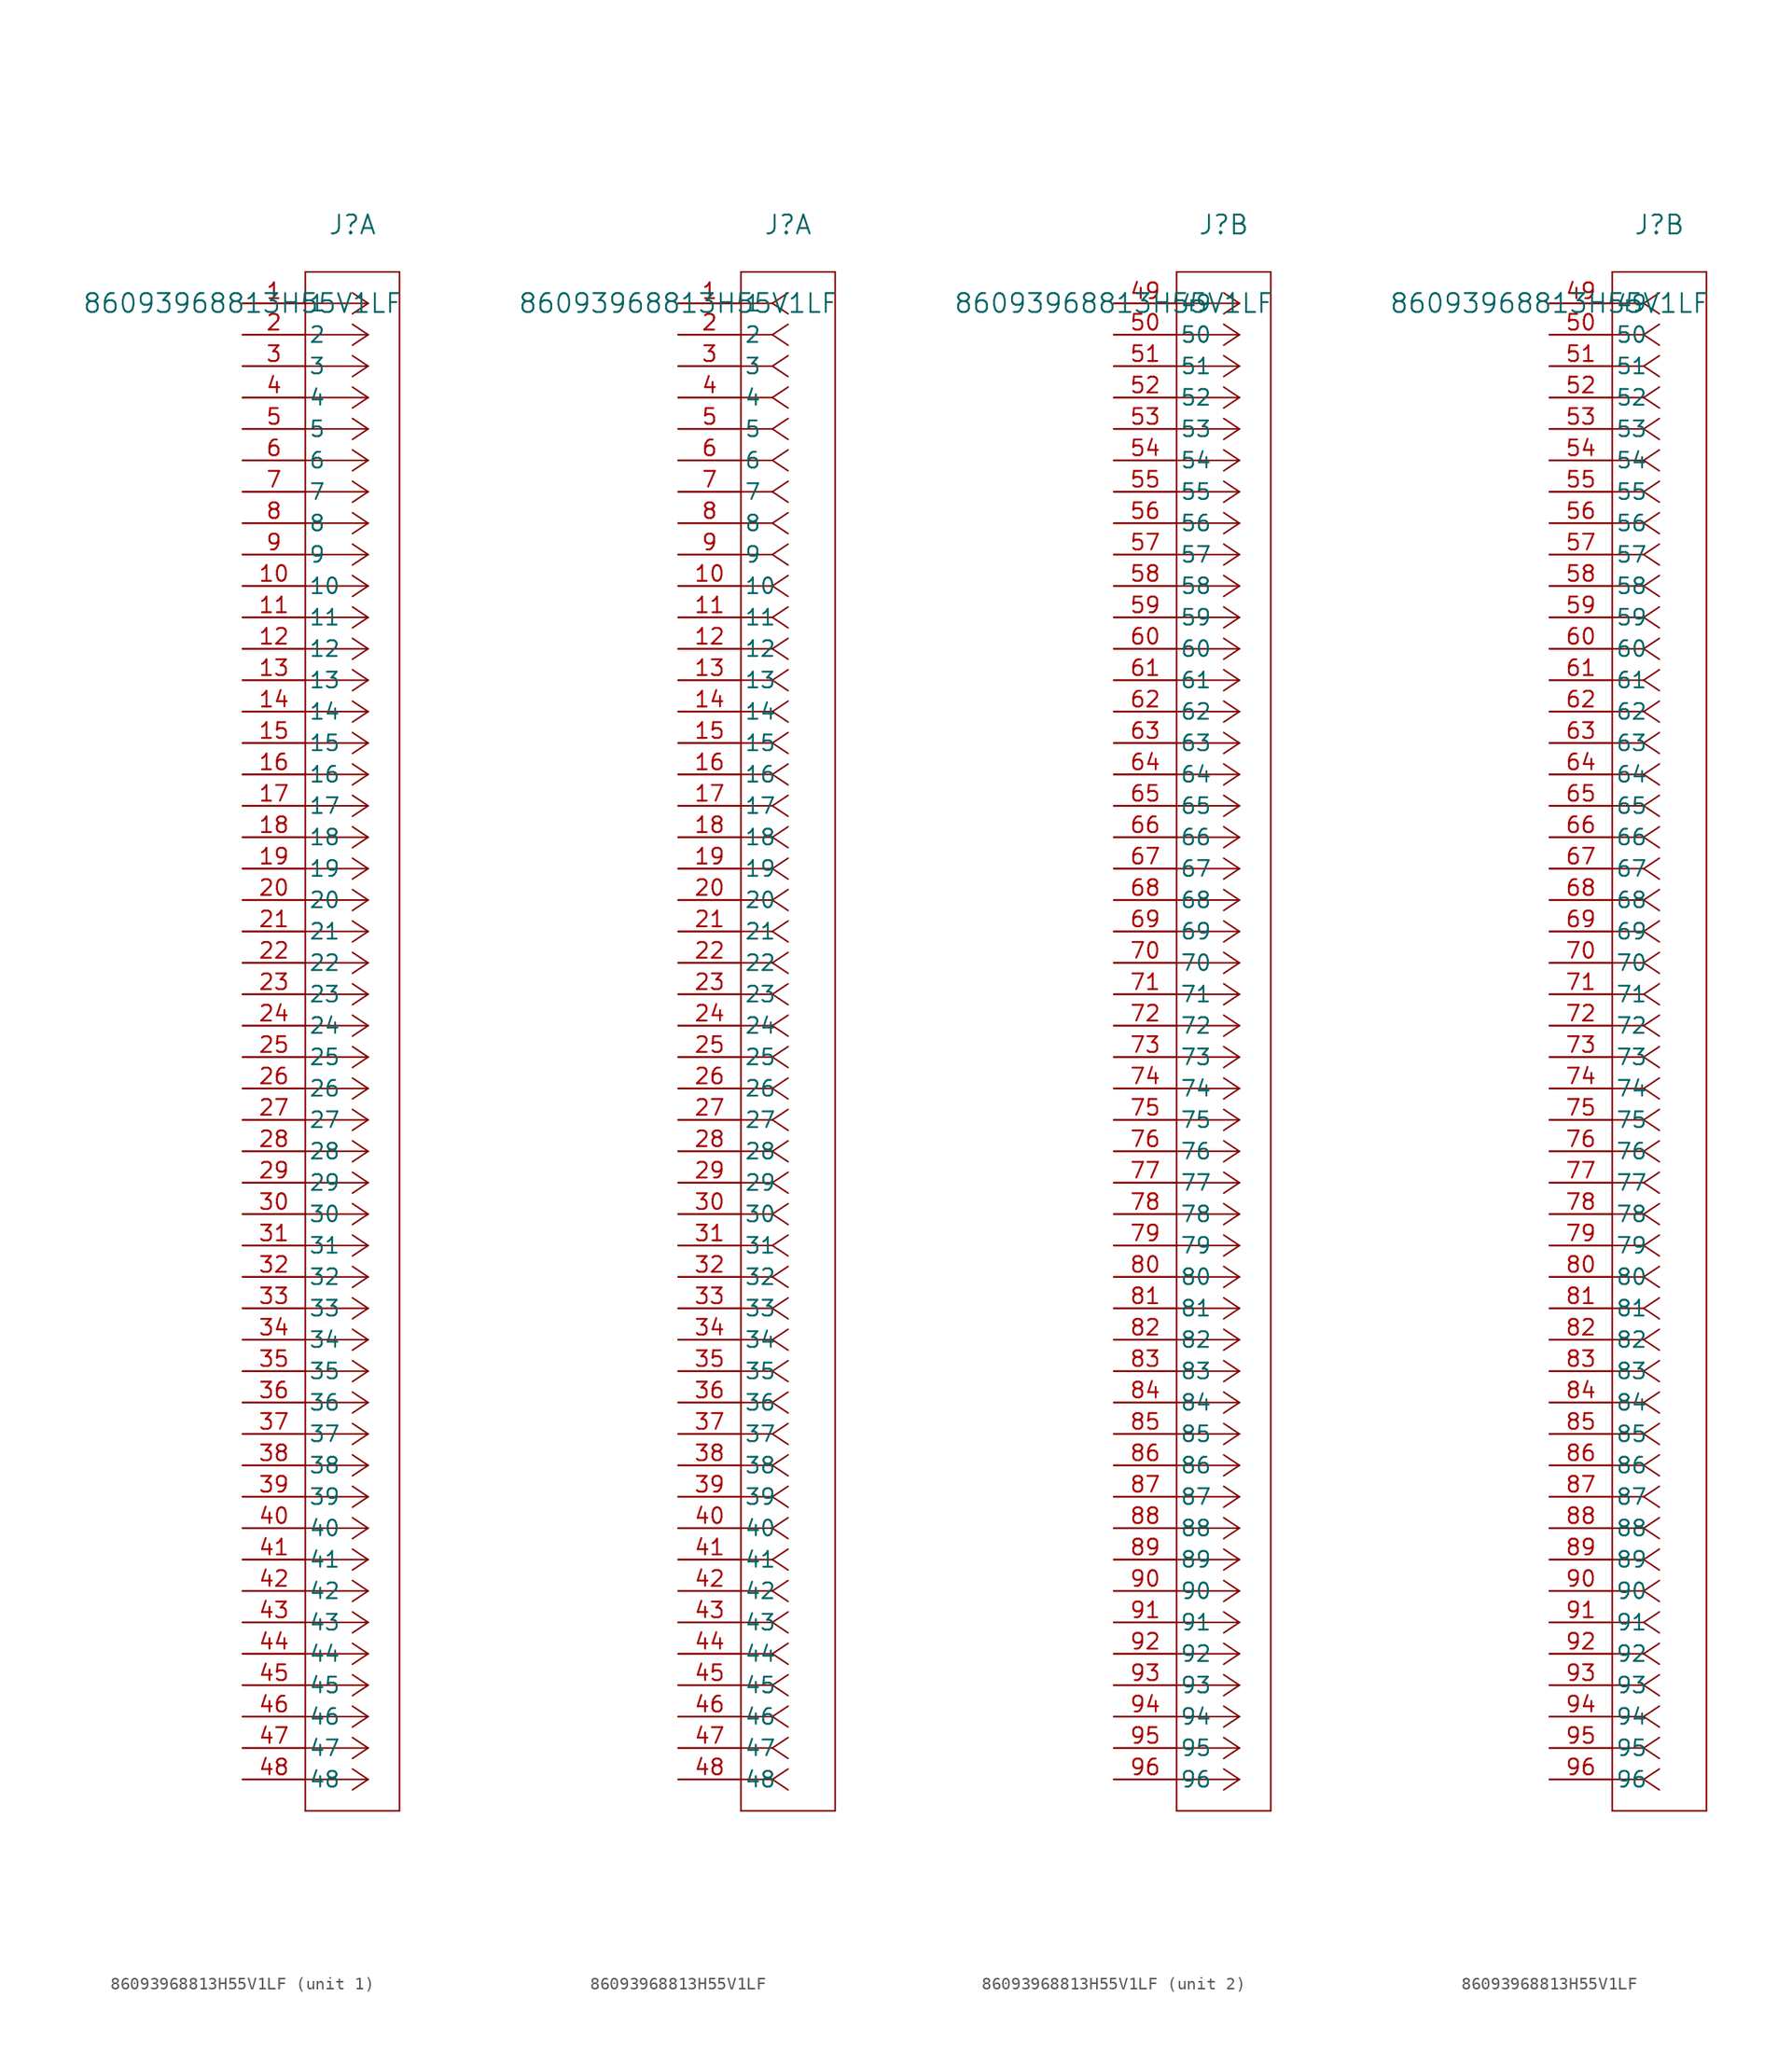
<source format=kicad_sym>
(kicad_symbol_lib
  (version 20211014)
  (generator kicad_symbol_editor)
  (symbol "86093968813H55V1LF"
    (pin_names
      (offset 0.254))
    (property "Reference" "J"
      (at 8.89 6.35 0)
      (effects (font (size 1.524 1.524))))
    (property "Value" "86093968813H55V1LF"
      (at 0 0 0)
      (effects (font (size 1.524 1.524))))
    (property "ki_locked" ""
      (at 0 0 0)
      (effects (font (size 1.27 1.27))))
    (symbol "86093968813H55V1LF_1_1"
      (polyline (pts (xy 5.08 -121.92) (xy 12.7 -121.92)) (stroke (width 0.127) (type default) (color 0 0 0 0)) (fill (type none)))
      (polyline (pts (xy 5.08 2.54) (xy 5.08 -121.92)) (stroke (width 0.127) (type default) (color 0 0 0 0)) (fill (type none)))
      (polyline (pts (xy 10.16 -119.38) (xy 5.08 -119.38)) (stroke (width 0.127) (type default) (color 0 0 0 0)) (fill (type none)))
      (polyline (pts (xy 10.16 -119.38) (xy 8.89 -120.227)) (stroke (width 0.127) (type default) (color 0 0 0 0)) (fill (type none)))
      (polyline (pts (xy 10.16 -119.38) (xy 8.89 -118.533)) (stroke (width 0.127) (type default) (color 0 0 0 0)) (fill (type none)))
      (polyline (pts (xy 10.16 -116.84) (xy 5.08 -116.84)) (stroke (width 0.127) (type default) (color 0 0 0 0)) (fill (type none)))
      (polyline (pts (xy 10.16 -116.84) (xy 8.89 -117.687)) (stroke (width 0.127) (type default) (color 0 0 0 0)) (fill (type none)))
      (polyline (pts (xy 10.16 -116.84) (xy 8.89 -115.993)) (stroke (width 0.127) (type default) (color 0 0 0 0)) (fill (type none)))
      (polyline (pts (xy 10.16 -114.3) (xy 5.08 -114.3)) (stroke (width 0.127) (type default) (color 0 0 0 0)) (fill (type none)))
      (polyline (pts (xy 10.16 -114.3) (xy 8.89 -115.147)) (stroke (width 0.127) (type default) (color 0 0 0 0)) (fill (type none)))
      (polyline (pts (xy 10.16 -114.3) (xy 8.89 -113.453)) (stroke (width 0.127) (type default) (color 0 0 0 0)) (fill (type none)))
      (polyline (pts (xy 10.16 -111.76) (xy 5.08 -111.76)) (stroke (width 0.127) (type default) (color 0 0 0 0)) (fill (type none)))
      (polyline (pts (xy 10.16 -111.76) (xy 8.89 -112.607)) (stroke (width 0.127) (type default) (color 0 0 0 0)) (fill (type none)))
      (polyline (pts (xy 10.16 -111.76) (xy 8.89 -110.913)) (stroke (width 0.127) (type default) (color 0 0 0 0)) (fill (type none)))
      (polyline (pts (xy 10.16 -109.22) (xy 5.08 -109.22)) (stroke (width 0.127) (type default) (color 0 0 0 0)) (fill (type none)))
      (polyline (pts (xy 10.16 -109.22) (xy 8.89 -110.067)) (stroke (width 0.127) (type default) (color 0 0 0 0)) (fill (type none)))
      (polyline (pts (xy 10.16 -109.22) (xy 8.89 -108.373)) (stroke (width 0.127) (type default) (color 0 0 0 0)) (fill (type none)))
      (polyline (pts (xy 10.16 -106.68) (xy 5.08 -106.68)) (stroke (width 0.127) (type default) (color 0 0 0 0)) (fill (type none)))
      (polyline (pts (xy 10.16 -106.68) (xy 8.89 -107.527)) (stroke (width 0.127) (type default) (color 0 0 0 0)) (fill (type none)))
      (polyline (pts (xy 10.16 -106.68) (xy 8.89 -105.833)) (stroke (width 0.127) (type default) (color 0 0 0 0)) (fill (type none)))
      (polyline (pts (xy 10.16 -104.14) (xy 5.08 -104.14)) (stroke (width 0.127) (type default) (color 0 0 0 0)) (fill (type none)))
      (polyline (pts (xy 10.16 -104.14) (xy 8.89 -104.987)) (stroke (width 0.127) (type default) (color 0 0 0 0)) (fill (type none)))
      (polyline (pts (xy 10.16 -104.14) (xy 8.89 -103.293)) (stroke (width 0.127) (type default) (color 0 0 0 0)) (fill (type none)))
      (polyline (pts (xy 10.16 -101.6) (xy 5.08 -101.6)) (stroke (width 0.127) (type default) (color 0 0 0 0)) (fill (type none)))
      (polyline (pts (xy 10.16 -101.6) (xy 8.89 -102.447)) (stroke (width 0.127) (type default) (color 0 0 0 0)) (fill (type none)))
      (polyline (pts (xy 10.16 -101.6) (xy 8.89 -100.753)) (stroke (width 0.127) (type default) (color 0 0 0 0)) (fill (type none)))
      (polyline (pts (xy 10.16 -99.06) (xy 5.08 -99.06)) (stroke (width 0.127) (type default) (color 0 0 0 0)) (fill (type none)))
      (polyline (pts (xy 10.16 -99.06) (xy 8.89 -99.907)) (stroke (width 0.127) (type default) (color 0 0 0 0)) (fill (type none)))
      (polyline (pts (xy 10.16 -99.06) (xy 8.89 -98.213)) (stroke (width 0.127) (type default) (color 0 0 0 0)) (fill (type none)))
      (polyline (pts (xy 10.16 -96.52) (xy 5.08 -96.52)) (stroke (width 0.127) (type default) (color 0 0 0 0)) (fill (type none)))
      (polyline (pts (xy 10.16 -96.52) (xy 8.89 -97.367)) (stroke (width 0.127) (type default) (color 0 0 0 0)) (fill (type none)))
      (polyline (pts (xy 10.16 -96.52) (xy 8.89 -95.673)) (stroke (width 0.127) (type default) (color 0 0 0 0)) (fill (type none)))
      (polyline (pts (xy 10.16 -93.98) (xy 5.08 -93.98)) (stroke (width 0.127) (type default) (color 0 0 0 0)) (fill (type none)))
      (polyline (pts (xy 10.16 -93.98) (xy 8.89 -94.827)) (stroke (width 0.127) (type default) (color 0 0 0 0)) (fill (type none)))
      (polyline (pts (xy 10.16 -93.98) (xy 8.89 -93.133)) (stroke (width 0.127) (type default) (color 0 0 0 0)) (fill (type none)))
      (polyline (pts (xy 10.16 -91.44) (xy 5.08 -91.44)) (stroke (width 0.127) (type default) (color 0 0 0 0)) (fill (type none)))
      (polyline (pts (xy 10.16 -91.44) (xy 8.89 -92.287)) (stroke (width 0.127) (type default) (color 0 0 0 0)) (fill (type none)))
      (polyline (pts (xy 10.16 -91.44) (xy 8.89 -90.593)) (stroke (width 0.127) (type default) (color 0 0 0 0)) (fill (type none)))
      (polyline (pts (xy 10.16 -88.9) (xy 5.08 -88.9)) (stroke (width 0.127) (type default) (color 0 0 0 0)) (fill (type none)))
      (polyline (pts (xy 10.16 -88.9) (xy 8.89 -89.747)) (stroke (width 0.127) (type default) (color 0 0 0 0)) (fill (type none)))
      (polyline (pts (xy 10.16 -88.9) (xy 8.89 -88.053)) (stroke (width 0.127) (type default) (color 0 0 0 0)) (fill (type none)))
      (polyline (pts (xy 10.16 -86.36) (xy 5.08 -86.36)) (stroke (width 0.127) (type default) (color 0 0 0 0)) (fill (type none)))
      (polyline (pts (xy 10.16 -86.36) (xy 8.89 -87.207)) (stroke (width 0.127) (type default) (color 0 0 0 0)) (fill (type none)))
      (polyline (pts (xy 10.16 -86.36) (xy 8.89 -85.513)) (stroke (width 0.127) (type default) (color 0 0 0 0)) (fill (type none)))
      (polyline (pts (xy 10.16 -83.82) (xy 5.08 -83.82)) (stroke (width 0.127) (type default) (color 0 0 0 0)) (fill (type none)))
      (polyline (pts (xy 10.16 -83.82) (xy 8.89 -84.667)) (stroke (width 0.127) (type default) (color 0 0 0 0)) (fill (type none)))
      (polyline (pts (xy 10.16 -83.82) (xy 8.89 -82.973)) (stroke (width 0.127) (type default) (color 0 0 0 0)) (fill (type none)))
      (polyline (pts (xy 10.16 -81.28) (xy 5.08 -81.28)) (stroke (width 0.127) (type default) (color 0 0 0 0)) (fill (type none)))
      (polyline (pts (xy 10.16 -81.28) (xy 8.89 -82.127)) (stroke (width 0.127) (type default) (color 0 0 0 0)) (fill (type none)))
      (polyline (pts (xy 10.16 -81.28) (xy 8.89 -80.433)) (stroke (width 0.127) (type default) (color 0 0 0 0)) (fill (type none)))
      (polyline (pts (xy 10.16 -78.74) (xy 5.08 -78.74)) (stroke (width 0.127) (type default) (color 0 0 0 0)) (fill (type none)))
      (polyline (pts (xy 10.16 -78.74) (xy 8.89 -79.587)) (stroke (width 0.127) (type default) (color 0 0 0 0)) (fill (type none)))
      (polyline (pts (xy 10.16 -78.74) (xy 8.89 -77.893)) (stroke (width 0.127) (type default) (color 0 0 0 0)) (fill (type none)))
      (polyline (pts (xy 10.16 -76.2) (xy 5.08 -76.2)) (stroke (width 0.127) (type default) (color 0 0 0 0)) (fill (type none)))
      (polyline (pts (xy 10.16 -76.2) (xy 8.89 -77.047)) (stroke (width 0.127) (type default) (color 0 0 0 0)) (fill (type none)))
      (polyline (pts (xy 10.16 -76.2) (xy 8.89 -75.353)) (stroke (width 0.127) (type default) (color 0 0 0 0)) (fill (type none)))
      (polyline (pts (xy 10.16 -73.66) (xy 5.08 -73.66)) (stroke (width 0.127) (type default) (color 0 0 0 0)) (fill (type none)))
      (polyline (pts (xy 10.16 -73.66) (xy 8.89 -74.507)) (stroke (width 0.127) (type default) (color 0 0 0 0)) (fill (type none)))
      (polyline (pts (xy 10.16 -73.66) (xy 8.89 -72.813)) (stroke (width 0.127) (type default) (color 0 0 0 0)) (fill (type none)))
      (polyline (pts (xy 10.16 -71.12) (xy 5.08 -71.12)) (stroke (width 0.127) (type default) (color 0 0 0 0)) (fill (type none)))
      (polyline (pts (xy 10.16 -71.12) (xy 8.89 -71.967)) (stroke (width 0.127) (type default) (color 0 0 0 0)) (fill (type none)))
      (polyline (pts (xy 10.16 -71.12) (xy 8.89 -70.273)) (stroke (width 0.127) (type default) (color 0 0 0 0)) (fill (type none)))
      (polyline (pts (xy 10.16 -68.58) (xy 5.08 -68.58)) (stroke (width 0.127) (type default) (color 0 0 0 0)) (fill (type none)))
      (polyline (pts (xy 10.16 -68.58) (xy 8.89 -69.427)) (stroke (width 0.127) (type default) (color 0 0 0 0)) (fill (type none)))
      (polyline (pts (xy 10.16 -68.58) (xy 8.89 -67.733)) (stroke (width 0.127) (type default) (color 0 0 0 0)) (fill (type none)))
      (polyline (pts (xy 10.16 -66.04) (xy 5.08 -66.04)) (stroke (width 0.127) (type default) (color 0 0 0 0)) (fill (type none)))
      (polyline (pts (xy 10.16 -66.04) (xy 8.89 -66.887)) (stroke (width 0.127) (type default) (color 0 0 0 0)) (fill (type none)))
      (polyline (pts (xy 10.16 -66.04) (xy 8.89 -65.193)) (stroke (width 0.127) (type default) (color 0 0 0 0)) (fill (type none)))
      (polyline (pts (xy 10.16 -63.5) (xy 5.08 -63.5)) (stroke (width 0.127) (type default) (color 0 0 0 0)) (fill (type none)))
      (polyline (pts (xy 10.16 -63.5) (xy 8.89 -64.347)) (stroke (width 0.127) (type default) (color 0 0 0 0)) (fill (type none)))
      (polyline (pts (xy 10.16 -63.5) (xy 8.89 -62.653)) (stroke (width 0.127) (type default) (color 0 0 0 0)) (fill (type none)))
      (polyline (pts (xy 10.16 -60.96) (xy 5.08 -60.96)) (stroke (width 0.127) (type default) (color 0 0 0 0)) (fill (type none)))
      (polyline (pts (xy 10.16 -60.96) (xy 8.89 -61.807)) (stroke (width 0.127) (type default) (color 0 0 0 0)) (fill (type none)))
      (polyline (pts (xy 10.16 -60.96) (xy 8.89 -60.113)) (stroke (width 0.127) (type default) (color 0 0 0 0)) (fill (type none)))
      (polyline (pts (xy 10.16 -58.42) (xy 5.08 -58.42)) (stroke (width 0.127) (type default) (color 0 0 0 0)) (fill (type none)))
      (polyline (pts (xy 10.16 -58.42) (xy 8.89 -59.267)) (stroke (width 0.127) (type default) (color 0 0 0 0)) (fill (type none)))
      (polyline (pts (xy 10.16 -58.42) (xy 8.89 -57.573)) (stroke (width 0.127) (type default) (color 0 0 0 0)) (fill (type none)))
      (polyline (pts (xy 10.16 -55.88) (xy 5.08 -55.88)) (stroke (width 0.127) (type default) (color 0 0 0 0)) (fill (type none)))
      (polyline (pts (xy 10.16 -55.88) (xy 8.89 -56.727)) (stroke (width 0.127) (type default) (color 0 0 0 0)) (fill (type none)))
      (polyline (pts (xy 10.16 -55.88) (xy 8.89 -55.033)) (stroke (width 0.127) (type default) (color 0 0 0 0)) (fill (type none)))
      (polyline (pts (xy 10.16 -53.34) (xy 5.08 -53.34)) (stroke (width 0.127) (type default) (color 0 0 0 0)) (fill (type none)))
      (polyline (pts (xy 10.16 -53.34) (xy 8.89 -54.187)) (stroke (width 0.127) (type default) (color 0 0 0 0)) (fill (type none)))
      (polyline (pts (xy 10.16 -53.34) (xy 8.89 -52.493)) (stroke (width 0.127) (type default) (color 0 0 0 0)) (fill (type none)))
      (polyline (pts (xy 10.16 -50.8) (xy 5.08 -50.8)) (stroke (width 0.127) (type default) (color 0 0 0 0)) (fill (type none)))
      (polyline (pts (xy 10.16 -50.8) (xy 8.89 -51.647)) (stroke (width 0.127) (type default) (color 0 0 0 0)) (fill (type none)))
      (polyline (pts (xy 10.16 -50.8) (xy 8.89 -49.953)) (stroke (width 0.127) (type default) (color 0 0 0 0)) (fill (type none)))
      (polyline (pts (xy 10.16 -48.26) (xy 5.08 -48.26)) (stroke (width 0.127) (type default) (color 0 0 0 0)) (fill (type none)))
      (polyline (pts (xy 10.16 -48.26) (xy 8.89 -49.107)) (stroke (width 0.127) (type default) (color 0 0 0 0)) (fill (type none)))
      (polyline (pts (xy 10.16 -48.26) (xy 8.89 -47.413)) (stroke (width 0.127) (type default) (color 0 0 0 0)) (fill (type none)))
      (polyline (pts (xy 10.16 -45.72) (xy 5.08 -45.72)) (stroke (width 0.127) (type default) (color 0 0 0 0)) (fill (type none)))
      (polyline (pts (xy 10.16 -45.72) (xy 8.89 -46.567)) (stroke (width 0.127) (type default) (color 0 0 0 0)) (fill (type none)))
      (polyline (pts (xy 10.16 -45.72) (xy 8.89 -44.873)) (stroke (width 0.127) (type default) (color 0 0 0 0)) (fill (type none)))
      (polyline (pts (xy 10.16 -43.18) (xy 5.08 -43.18)) (stroke (width 0.127) (type default) (color 0 0 0 0)) (fill (type none)))
      (polyline (pts (xy 10.16 -43.18) (xy 8.89 -44.027)) (stroke (width 0.127) (type default) (color 0 0 0 0)) (fill (type none)))
      (polyline (pts (xy 10.16 -43.18) (xy 8.89 -42.333)) (stroke (width 0.127) (type default) (color 0 0 0 0)) (fill (type none)))
      (polyline (pts (xy 10.16 -40.64) (xy 5.08 -40.64)) (stroke (width 0.127) (type default) (color 0 0 0 0)) (fill (type none)))
      (polyline (pts (xy 10.16 -40.64) (xy 8.89 -41.487)) (stroke (width 0.127) (type default) (color 0 0 0 0)) (fill (type none)))
      (polyline (pts (xy 10.16 -40.64) (xy 8.89 -39.793)) (stroke (width 0.127) (type default) (color 0 0 0 0)) (fill (type none)))
      (polyline (pts (xy 10.16 -38.1) (xy 5.08 -38.1)) (stroke (width 0.127) (type default) (color 0 0 0 0)) (fill (type none)))
      (polyline (pts (xy 10.16 -38.1) (xy 8.89 -38.947)) (stroke (width 0.127) (type default) (color 0 0 0 0)) (fill (type none)))
      (polyline (pts (xy 10.16 -38.1) (xy 8.89 -37.253)) (stroke (width 0.127) (type default) (color 0 0 0 0)) (fill (type none)))
      (polyline (pts (xy 10.16 -35.56) (xy 5.08 -35.56)) (stroke (width 0.127) (type default) (color 0 0 0 0)) (fill (type none)))
      (polyline (pts (xy 10.16 -35.56) (xy 8.89 -36.407)) (stroke (width 0.127) (type default) (color 0 0 0 0)) (fill (type none)))
      (polyline (pts (xy 10.16 -35.56) (xy 8.89 -34.713)) (stroke (width 0.127) (type default) (color 0 0 0 0)) (fill (type none)))
      (polyline (pts (xy 10.16 -33.02) (xy 5.08 -33.02)) (stroke (width 0.127) (type default) (color 0 0 0 0)) (fill (type none)))
      (polyline (pts (xy 10.16 -33.02) (xy 8.89 -33.867)) (stroke (width 0.127) (type default) (color 0 0 0 0)) (fill (type none)))
      (polyline (pts (xy 10.16 -33.02) (xy 8.89 -32.173)) (stroke (width 0.127) (type default) (color 0 0 0 0)) (fill (type none)))
      (polyline (pts (xy 10.16 -30.48) (xy 5.08 -30.48)) (stroke (width 0.127) (type default) (color 0 0 0 0)) (fill (type none)))
      (polyline (pts (xy 10.16 -30.48) (xy 8.89 -31.327)) (stroke (width 0.127) (type default) (color 0 0 0 0)) (fill (type none)))
      (polyline (pts (xy 10.16 -30.48) (xy 8.89 -29.633)) (stroke (width 0.127) (type default) (color 0 0 0 0)) (fill (type none)))
      (polyline (pts (xy 10.16 -27.94) (xy 5.08 -27.94)) (stroke (width 0.127) (type default) (color 0 0 0 0)) (fill (type none)))
      (polyline (pts (xy 10.16 -27.94) (xy 8.89 -28.787)) (stroke (width 0.127) (type default) (color 0 0 0 0)) (fill (type none)))
      (polyline (pts (xy 10.16 -27.94) (xy 8.89 -27.093)) (stroke (width 0.127) (type default) (color 0 0 0 0)) (fill (type none)))
      (polyline (pts (xy 10.16 -25.4) (xy 5.08 -25.4)) (stroke (width 0.127) (type default) (color 0 0 0 0)) (fill (type none)))
      (polyline (pts (xy 10.16 -25.4) (xy 8.89 -26.247)) (stroke (width 0.127) (type default) (color 0 0 0 0)) (fill (type none)))
      (polyline (pts (xy 10.16 -25.4) (xy 8.89 -24.553)) (stroke (width 0.127) (type default) (color 0 0 0 0)) (fill (type none)))
      (polyline (pts (xy 10.16 -22.86) (xy 5.08 -22.86)) (stroke (width 0.127) (type default) (color 0 0 0 0)) (fill (type none)))
      (polyline (pts (xy 10.16 -22.86) (xy 8.89 -23.707)) (stroke (width 0.127) (type default) (color 0 0 0 0)) (fill (type none)))
      (polyline (pts (xy 10.16 -22.86) (xy 8.89 -22.013)) (stroke (width 0.127) (type default) (color 0 0 0 0)) (fill (type none)))
      (polyline (pts (xy 10.16 -20.32) (xy 5.08 -20.32)) (stroke (width 0.127) (type default) (color 0 0 0 0)) (fill (type none)))
      (polyline (pts (xy 10.16 -20.32) (xy 8.89 -21.167)) (stroke (width 0.127) (type default) (color 0 0 0 0)) (fill (type none)))
      (polyline (pts (xy 10.16 -20.32) (xy 8.89 -19.473)) (stroke (width 0.127) (type default) (color 0 0 0 0)) (fill (type none)))
      (polyline (pts (xy 10.16 -17.78) (xy 5.08 -17.78)) (stroke (width 0.127) (type default) (color 0 0 0 0)) (fill (type none)))
      (polyline (pts (xy 10.16 -17.78) (xy 8.89 -18.627)) (stroke (width 0.127) (type default) (color 0 0 0 0)) (fill (type none)))
      (polyline (pts (xy 10.16 -17.78) (xy 8.89 -16.933)) (stroke (width 0.127) (type default) (color 0 0 0 0)) (fill (type none)))
      (polyline (pts (xy 10.16 -15.24) (xy 5.08 -15.24)) (stroke (width 0.127) (type default) (color 0 0 0 0)) (fill (type none)))
      (polyline (pts (xy 10.16 -15.24) (xy 8.89 -16.087)) (stroke (width 0.127) (type default) (color 0 0 0 0)) (fill (type none)))
      (polyline (pts (xy 10.16 -15.24) (xy 8.89 -14.393)) (stroke (width 0.127) (type default) (color 0 0 0 0)) (fill (type none)))
      (polyline (pts (xy 10.16 -12.7) (xy 5.08 -12.7)) (stroke (width 0.127) (type default) (color 0 0 0 0)) (fill (type none)))
      (polyline (pts (xy 10.16 -12.7) (xy 8.89 -13.547)) (stroke (width 0.127) (type default) (color 0 0 0 0)) (fill (type none)))
      (polyline (pts (xy 10.16 -12.7) (xy 8.89 -11.853)) (stroke (width 0.127) (type default) (color 0 0 0 0)) (fill (type none)))
      (polyline (pts (xy 10.16 -10.16) (xy 5.08 -10.16)) (stroke (width 0.127) (type default) (color 0 0 0 0)) (fill (type none)))
      (polyline (pts (xy 10.16 -10.16) (xy 8.89 -11.007)) (stroke (width 0.127) (type default) (color 0 0 0 0)) (fill (type none)))
      (polyline (pts (xy 10.16 -10.16) (xy 8.89 -9.313)) (stroke (width 0.127) (type default) (color 0 0 0 0)) (fill (type none)))
      (polyline (pts (xy 10.16 -7.62) (xy 5.08 -7.62)) (stroke (width 0.127) (type default) (color 0 0 0 0)) (fill (type none)))
      (polyline (pts (xy 10.16 -7.62) (xy 8.89 -8.467)) (stroke (width 0.127) (type default) (color 0 0 0 0)) (fill (type none)))
      (polyline (pts (xy 10.16 -7.62) (xy 8.89 -6.773)) (stroke (width 0.127) (type default) (color 0 0 0 0)) (fill (type none)))
      (polyline (pts (xy 10.16 -5.08) (xy 5.08 -5.08)) (stroke (width 0.127) (type default) (color 0 0 0 0)) (fill (type none)))
      (polyline (pts (xy 10.16 -5.08) (xy 8.89 -5.927)) (stroke (width 0.127) (type default) (color 0 0 0 0)) (fill (type none)))
      (polyline (pts (xy 10.16 -5.08) (xy 8.89 -4.233)) (stroke (width 0.127) (type default) (color 0 0 0 0)) (fill (type none)))
      (polyline (pts (xy 10.16 -2.54) (xy 5.08 -2.54)) (stroke (width 0.127) (type default) (color 0 0 0 0)) (fill (type none)))
      (polyline (pts (xy 10.16 -2.54) (xy 8.89 -3.387)) (stroke (width 0.127) (type default) (color 0 0 0 0)) (fill (type none)))
      (polyline (pts (xy 10.16 -2.54) (xy 8.89 -1.693)) (stroke (width 0.127) (type default) (color 0 0 0 0)) (fill (type none)))
      (polyline (pts (xy 10.16 0) (xy 5.08 0)) (stroke (width 0.127) (type default) (color 0 0 0 0)) (fill (type none)))
      (polyline (pts (xy 10.16 0) (xy 8.89 -0.847)) (stroke (width 0.127) (type default) (color 0 0 0 0)) (fill (type none)))
      (polyline (pts (xy 10.16 0) (xy 8.89 0.847)) (stroke (width 0.127) (type default) (color 0 0 0 0)) (fill (type none)))
      (polyline (pts (xy 12.7 -121.92) (xy 12.7 2.54)) (stroke (width 0.127) (type default) (color 0 0 0 0)) (fill (type none)))
      (polyline (pts (xy 12.7 2.54) (xy 5.08 2.54)) (stroke (width 0.127) (type default) (color 0 0 0 0)) (fill (type none)))
      (pin unspecified line (at 0 0 0) (length 5.08) (name "1" (effects (font (size 1.27 1.27)))) (number "1" (effects (font (size 1.27 1.27)))))
      (pin unspecified line (at 0 -22.86 0) (length 5.08) (name "10" (effects (font (size 1.27 1.27)))) (number "10" (effects (font (size 1.27 1.27)))))
      (pin unspecified line (at 0 -25.4 0) (length 5.08) (name "11" (effects (font (size 1.27 1.27)))) (number "11" (effects (font (size 1.27 1.27)))))
      (pin unspecified line (at 0 -27.94 0) (length 5.08) (name "12" (effects (font (size 1.27 1.27)))) (number "12" (effects (font (size 1.27 1.27)))))
      (pin unspecified line (at 0 -30.48 0) (length 5.08) (name "13" (effects (font (size 1.27 1.27)))) (number "13" (effects (font (size 1.27 1.27)))))
      (pin unspecified line (at 0 -33.02 0) (length 5.08) (name "14" (effects (font (size 1.27 1.27)))) (number "14" (effects (font (size 1.27 1.27)))))
      (pin unspecified line (at 0 -35.56 0) (length 5.08) (name "15" (effects (font (size 1.27 1.27)))) (number "15" (effects (font (size 1.27 1.27)))))
      (pin unspecified line (at 0 -38.1 0) (length 5.08) (name "16" (effects (font (size 1.27 1.27)))) (number "16" (effects (font (size 1.27 1.27)))))
      (pin unspecified line (at 0 -40.64 0) (length 5.08) (name "17" (effects (font (size 1.27 1.27)))) (number "17" (effects (font (size 1.27 1.27)))))
      (pin unspecified line (at 0 -43.18 0) (length 5.08) (name "18" (effects (font (size 1.27 1.27)))) (number "18" (effects (font (size 1.27 1.27)))))
      (pin unspecified line (at 0 -45.72 0) (length 5.08) (name "19" (effects (font (size 1.27 1.27)))) (number "19" (effects (font (size 1.27 1.27)))))
      (pin unspecified line (at 0 -2.54 0) (length 5.08) (name "2" (effects (font (size 1.27 1.27)))) (number "2" (effects (font (size 1.27 1.27)))))
      (pin unspecified line (at 0 -48.26 0) (length 5.08) (name "20" (effects (font (size 1.27 1.27)))) (number "20" (effects (font (size 1.27 1.27)))))
      (pin unspecified line (at 0 -50.8 0) (length 5.08) (name "21" (effects (font (size 1.27 1.27)))) (number "21" (effects (font (size 1.27 1.27)))))
      (pin unspecified line (at 0 -53.34 0) (length 5.08) (name "22" (effects (font (size 1.27 1.27)))) (number "22" (effects (font (size 1.27 1.27)))))
      (pin unspecified line (at 0 -55.88 0) (length 5.08) (name "23" (effects (font (size 1.27 1.27)))) (number "23" (effects (font (size 1.27 1.27)))))
      (pin unspecified line (at 0 -58.42 0) (length 5.08) (name "24" (effects (font (size 1.27 1.27)))) (number "24" (effects (font (size 1.27 1.27)))))
      (pin unspecified line (at 0 -60.96 0) (length 5.08) (name "25" (effects (font (size 1.27 1.27)))) (number "25" (effects (font (size 1.27 1.27)))))
      (pin unspecified line (at 0 -63.5 0) (length 5.08) (name "26" (effects (font (size 1.27 1.27)))) (number "26" (effects (font (size 1.27 1.27)))))
      (pin unspecified line (at 0 -66.04 0) (length 5.08) (name "27" (effects (font (size 1.27 1.27)))) (number "27" (effects (font (size 1.27 1.27)))))
      (pin unspecified line (at 0 -68.58 0) (length 5.08) (name "28" (effects (font (size 1.27 1.27)))) (number "28" (effects (font (size 1.27 1.27)))))
      (pin unspecified line (at 0 -71.12 0) (length 5.08) (name "29" (effects (font (size 1.27 1.27)))) (number "29" (effects (font (size 1.27 1.27)))))
      (pin unspecified line (at 0 -5.08 0) (length 5.08) (name "3" (effects (font (size 1.27 1.27)))) (number "3" (effects (font (size 1.27 1.27)))))
      (pin unspecified line (at 0 -73.66 0) (length 5.08) (name "30" (effects (font (size 1.27 1.27)))) (number "30" (effects (font (size 1.27 1.27)))))
      (pin unspecified line (at 0 -76.2 0) (length 5.08) (name "31" (effects (font (size 1.27 1.27)))) (number "31" (effects (font (size 1.27 1.27)))))
      (pin unspecified line (at 0 -78.74 0) (length 5.08) (name "32" (effects (font (size 1.27 1.27)))) (number "32" (effects (font (size 1.27 1.27)))))
      (pin unspecified line (at 0 -81.28 0) (length 5.08) (name "33" (effects (font (size 1.27 1.27)))) (number "33" (effects (font (size 1.27 1.27)))))
      (pin unspecified line (at 0 -83.82 0) (length 5.08) (name "34" (effects (font (size 1.27 1.27)))) (number "34" (effects (font (size 1.27 1.27)))))
      (pin unspecified line (at 0 -86.36 0) (length 5.08) (name "35" (effects (font (size 1.27 1.27)))) (number "35" (effects (font (size 1.27 1.27)))))
      (pin unspecified line (at 0 -88.9 0) (length 5.08) (name "36" (effects (font (size 1.27 1.27)))) (number "36" (effects (font (size 1.27 1.27)))))
      (pin unspecified line (at 0 -91.44 0) (length 5.08) (name "37" (effects (font (size 1.27 1.27)))) (number "37" (effects (font (size 1.27 1.27)))))
      (pin unspecified line (at 0 -93.98 0) (length 5.08) (name "38" (effects (font (size 1.27 1.27)))) (number "38" (effects (font (size 1.27 1.27)))))
      (pin unspecified line (at 0 -96.52 0) (length 5.08) (name "39" (effects (font (size 1.27 1.27)))) (number "39" (effects (font (size 1.27 1.27)))))
      (pin unspecified line (at 0 -7.62 0) (length 5.08) (name "4" (effects (font (size 1.27 1.27)))) (number "4" (effects (font (size 1.27 1.27)))))
      (pin unspecified line (at 0 -99.06 0) (length 5.08) (name "40" (effects (font (size 1.27 1.27)))) (number "40" (effects (font (size 1.27 1.27)))))
      (pin unspecified line (at 0 -101.6 0) (length 5.08) (name "41" (effects (font (size 1.27 1.27)))) (number "41" (effects (font (size 1.27 1.27)))))
      (pin unspecified line (at 0 -104.14 0) (length 5.08) (name "42" (effects (font (size 1.27 1.27)))) (number "42" (effects (font (size 1.27 1.27)))))
      (pin unspecified line (at 0 -106.68 0) (length 5.08) (name "43" (effects (font (size 1.27 1.27)))) (number "43" (effects (font (size 1.27 1.27)))))
      (pin unspecified line (at 0 -109.22 0) (length 5.08) (name "44" (effects (font (size 1.27 1.27)))) (number "44" (effects (font (size 1.27 1.27)))))
      (pin unspecified line (at 0 -111.76 0) (length 5.08) (name "45" (effects (font (size 1.27 1.27)))) (number "45" (effects (font (size 1.27 1.27)))))
      (pin unspecified line (at 0 -114.3 0) (length 5.08) (name "46" (effects (font (size 1.27 1.27)))) (number "46" (effects (font (size 1.27 1.27)))))
      (pin unspecified line (at 0 -116.84 0) (length 5.08) (name "47" (effects (font (size 1.27 1.27)))) (number "47" (effects (font (size 1.27 1.27)))))
      (pin unspecified line (at 0 -119.38 0) (length 5.08) (name "48" (effects (font (size 1.27 1.27)))) (number "48" (effects (font (size 1.27 1.27)))))
      (pin unspecified line (at 0 -10.16 0) (length 5.08) (name "5" (effects (font (size 1.27 1.27)))) (number "5" (effects (font (size 1.27 1.27)))))
      (pin unspecified line (at 0 -12.7 0) (length 5.08) (name "6" (effects (font (size 1.27 1.27)))) (number "6" (effects (font (size 1.27 1.27)))))
      (pin unspecified line (at 0 -15.24 0) (length 5.08) (name "7" (effects (font (size 1.27 1.27)))) (number "7" (effects (font (size 1.27 1.27)))))
      (pin unspecified line (at 0 -17.78 0) (length 5.08) (name "8" (effects (font (size 1.27 1.27)))) (number "8" (effects (font (size 1.27 1.27)))))
      (pin unspecified line (at 0 -20.32 0) (length 5.08) (name "9" (effects (font (size 1.27 1.27)))) (number "9" (effects (font (size 1.27 1.27))))))
    (symbol "86093968813H55V1LF_1_2"
      (polyline (pts (xy 5.08 -121.92) (xy 12.7 -121.92)) (stroke (width 0.127) (type default) (color 0 0 0 0)) (fill (type none)))
      (polyline (pts (xy 5.08 2.54) (xy 5.08 -121.92)) (stroke (width 0.127) (type default) (color 0 0 0 0)) (fill (type none)))
      (polyline (pts (xy 7.62 -119.38) (xy 5.08 -119.38)) (stroke (width 0.127) (type default) (color 0 0 0 0)) (fill (type none)))
      (polyline (pts (xy 7.62 -119.38) (xy 8.89 -120.227)) (stroke (width 0.127) (type default) (color 0 0 0 0)) (fill (type none)))
      (polyline (pts (xy 7.62 -119.38) (xy 8.89 -118.533)) (stroke (width 0.127) (type default) (color 0 0 0 0)) (fill (type none)))
      (polyline (pts (xy 7.62 -116.84) (xy 5.08 -116.84)) (stroke (width 0.127) (type default) (color 0 0 0 0)) (fill (type none)))
      (polyline (pts (xy 7.62 -116.84) (xy 8.89 -117.687)) (stroke (width 0.127) (type default) (color 0 0 0 0)) (fill (type none)))
      (polyline (pts (xy 7.62 -116.84) (xy 8.89 -115.993)) (stroke (width 0.127) (type default) (color 0 0 0 0)) (fill (type none)))
      (polyline (pts (xy 7.62 -114.3) (xy 5.08 -114.3)) (stroke (width 0.127) (type default) (color 0 0 0 0)) (fill (type none)))
      (polyline (pts (xy 7.62 -114.3) (xy 8.89 -115.147)) (stroke (width 0.127) (type default) (color 0 0 0 0)) (fill (type none)))
      (polyline (pts (xy 7.62 -114.3) (xy 8.89 -113.453)) (stroke (width 0.127) (type default) (color 0 0 0 0)) (fill (type none)))
      (polyline (pts (xy 7.62 -111.76) (xy 5.08 -111.76)) (stroke (width 0.127) (type default) (color 0 0 0 0)) (fill (type none)))
      (polyline (pts (xy 7.62 -111.76) (xy 8.89 -112.607)) (stroke (width 0.127) (type default) (color 0 0 0 0)) (fill (type none)))
      (polyline (pts (xy 7.62 -111.76) (xy 8.89 -110.913)) (stroke (width 0.127) (type default) (color 0 0 0 0)) (fill (type none)))
      (polyline (pts (xy 7.62 -109.22) (xy 5.08 -109.22)) (stroke (width 0.127) (type default) (color 0 0 0 0)) (fill (type none)))
      (polyline (pts (xy 7.62 -109.22) (xy 8.89 -110.067)) (stroke (width 0.127) (type default) (color 0 0 0 0)) (fill (type none)))
      (polyline (pts (xy 7.62 -109.22) (xy 8.89 -108.373)) (stroke (width 0.127) (type default) (color 0 0 0 0)) (fill (type none)))
      (polyline (pts (xy 7.62 -106.68) (xy 5.08 -106.68)) (stroke (width 0.127) (type default) (color 0 0 0 0)) (fill (type none)))
      (polyline (pts (xy 7.62 -106.68) (xy 8.89 -107.527)) (stroke (width 0.127) (type default) (color 0 0 0 0)) (fill (type none)))
      (polyline (pts (xy 7.62 -106.68) (xy 8.89 -105.833)) (stroke (width 0.127) (type default) (color 0 0 0 0)) (fill (type none)))
      (polyline (pts (xy 7.62 -104.14) (xy 5.08 -104.14)) (stroke (width 0.127) (type default) (color 0 0 0 0)) (fill (type none)))
      (polyline (pts (xy 7.62 -104.14) (xy 8.89 -104.987)) (stroke (width 0.127) (type default) (color 0 0 0 0)) (fill (type none)))
      (polyline (pts (xy 7.62 -104.14) (xy 8.89 -103.293)) (stroke (width 0.127) (type default) (color 0 0 0 0)) (fill (type none)))
      (polyline (pts (xy 7.62 -101.6) (xy 5.08 -101.6)) (stroke (width 0.127) (type default) (color 0 0 0 0)) (fill (type none)))
      (polyline (pts (xy 7.62 -101.6) (xy 8.89 -102.447)) (stroke (width 0.127) (type default) (color 0 0 0 0)) (fill (type none)))
      (polyline (pts (xy 7.62 -101.6) (xy 8.89 -100.753)) (stroke (width 0.127) (type default) (color 0 0 0 0)) (fill (type none)))
      (polyline (pts (xy 7.62 -99.06) (xy 5.08 -99.06)) (stroke (width 0.127) (type default) (color 0 0 0 0)) (fill (type none)))
      (polyline (pts (xy 7.62 -99.06) (xy 8.89 -99.907)) (stroke (width 0.127) (type default) (color 0 0 0 0)) (fill (type none)))
      (polyline (pts (xy 7.62 -99.06) (xy 8.89 -98.213)) (stroke (width 0.127) (type default) (color 0 0 0 0)) (fill (type none)))
      (polyline (pts (xy 7.62 -96.52) (xy 5.08 -96.52)) (stroke (width 0.127) (type default) (color 0 0 0 0)) (fill (type none)))
      (polyline (pts (xy 7.62 -96.52) (xy 8.89 -97.367)) (stroke (width 0.127) (type default) (color 0 0 0 0)) (fill (type none)))
      (polyline (pts (xy 7.62 -96.52) (xy 8.89 -95.673)) (stroke (width 0.127) (type default) (color 0 0 0 0)) (fill (type none)))
      (polyline (pts (xy 7.62 -93.98) (xy 5.08 -93.98)) (stroke (width 0.127) (type default) (color 0 0 0 0)) (fill (type none)))
      (polyline (pts (xy 7.62 -93.98) (xy 8.89 -94.827)) (stroke (width 0.127) (type default) (color 0 0 0 0)) (fill (type none)))
      (polyline (pts (xy 7.62 -93.98) (xy 8.89 -93.133)) (stroke (width 0.127) (type default) (color 0 0 0 0)) (fill (type none)))
      (polyline (pts (xy 7.62 -91.44) (xy 5.08 -91.44)) (stroke (width 0.127) (type default) (color 0 0 0 0)) (fill (type none)))
      (polyline (pts (xy 7.62 -91.44) (xy 8.89 -92.287)) (stroke (width 0.127) (type default) (color 0 0 0 0)) (fill (type none)))
      (polyline (pts (xy 7.62 -91.44) (xy 8.89 -90.593)) (stroke (width 0.127) (type default) (color 0 0 0 0)) (fill (type none)))
      (polyline (pts (xy 7.62 -88.9) (xy 5.08 -88.9)) (stroke (width 0.127) (type default) (color 0 0 0 0)) (fill (type none)))
      (polyline (pts (xy 7.62 -88.9) (xy 8.89 -89.747)) (stroke (width 0.127) (type default) (color 0 0 0 0)) (fill (type none)))
      (polyline (pts (xy 7.62 -88.9) (xy 8.89 -88.053)) (stroke (width 0.127) (type default) (color 0 0 0 0)) (fill (type none)))
      (polyline (pts (xy 7.62 -86.36) (xy 5.08 -86.36)) (stroke (width 0.127) (type default) (color 0 0 0 0)) (fill (type none)))
      (polyline (pts (xy 7.62 -86.36) (xy 8.89 -87.207)) (stroke (width 0.127) (type default) (color 0 0 0 0)) (fill (type none)))
      (polyline (pts (xy 7.62 -86.36) (xy 8.89 -85.513)) (stroke (width 0.127) (type default) (color 0 0 0 0)) (fill (type none)))
      (polyline (pts (xy 7.62 -83.82) (xy 5.08 -83.82)) (stroke (width 0.127) (type default) (color 0 0 0 0)) (fill (type none)))
      (polyline (pts (xy 7.62 -83.82) (xy 8.89 -84.667)) (stroke (width 0.127) (type default) (color 0 0 0 0)) (fill (type none)))
      (polyline (pts (xy 7.62 -83.82) (xy 8.89 -82.973)) (stroke (width 0.127) (type default) (color 0 0 0 0)) (fill (type none)))
      (polyline (pts (xy 7.62 -81.28) (xy 5.08 -81.28)) (stroke (width 0.127) (type default) (color 0 0 0 0)) (fill (type none)))
      (polyline (pts (xy 7.62 -81.28) (xy 8.89 -82.127)) (stroke (width 0.127) (type default) (color 0 0 0 0)) (fill (type none)))
      (polyline (pts (xy 7.62 -81.28) (xy 8.89 -80.433)) (stroke (width 0.127) (type default) (color 0 0 0 0)) (fill (type none)))
      (polyline (pts (xy 7.62 -78.74) (xy 5.08 -78.74)) (stroke (width 0.127) (type default) (color 0 0 0 0)) (fill (type none)))
      (polyline (pts (xy 7.62 -78.74) (xy 8.89 -79.587)) (stroke (width 0.127) (type default) (color 0 0 0 0)) (fill (type none)))
      (polyline (pts (xy 7.62 -78.74) (xy 8.89 -77.893)) (stroke (width 0.127) (type default) (color 0 0 0 0)) (fill (type none)))
      (polyline (pts (xy 7.62 -76.2) (xy 5.08 -76.2)) (stroke (width 0.127) (type default) (color 0 0 0 0)) (fill (type none)))
      (polyline (pts (xy 7.62 -76.2) (xy 8.89 -77.047)) (stroke (width 0.127) (type default) (color 0 0 0 0)) (fill (type none)))
      (polyline (pts (xy 7.62 -76.2) (xy 8.89 -75.353)) (stroke (width 0.127) (type default) (color 0 0 0 0)) (fill (type none)))
      (polyline (pts (xy 7.62 -73.66) (xy 5.08 -73.66)) (stroke (width 0.127) (type default) (color 0 0 0 0)) (fill (type none)))
      (polyline (pts (xy 7.62 -73.66) (xy 8.89 -74.507)) (stroke (width 0.127) (type default) (color 0 0 0 0)) (fill (type none)))
      (polyline (pts (xy 7.62 -73.66) (xy 8.89 -72.813)) (stroke (width 0.127) (type default) (color 0 0 0 0)) (fill (type none)))
      (polyline (pts (xy 7.62 -71.12) (xy 5.08 -71.12)) (stroke (width 0.127) (type default) (color 0 0 0 0)) (fill (type none)))
      (polyline (pts (xy 7.62 -71.12) (xy 8.89 -71.967)) (stroke (width 0.127) (type default) (color 0 0 0 0)) (fill (type none)))
      (polyline (pts (xy 7.62 -71.12) (xy 8.89 -70.273)) (stroke (width 0.127) (type default) (color 0 0 0 0)) (fill (type none)))
      (polyline (pts (xy 7.62 -68.58) (xy 5.08 -68.58)) (stroke (width 0.127) (type default) (color 0 0 0 0)) (fill (type none)))
      (polyline (pts (xy 7.62 -68.58) (xy 8.89 -69.427)) (stroke (width 0.127) (type default) (color 0 0 0 0)) (fill (type none)))
      (polyline (pts (xy 7.62 -68.58) (xy 8.89 -67.733)) (stroke (width 0.127) (type default) (color 0 0 0 0)) (fill (type none)))
      (polyline (pts (xy 7.62 -66.04) (xy 5.08 -66.04)) (stroke (width 0.127) (type default) (color 0 0 0 0)) (fill (type none)))
      (polyline (pts (xy 7.62 -66.04) (xy 8.89 -66.887)) (stroke (width 0.127) (type default) (color 0 0 0 0)) (fill (type none)))
      (polyline (pts (xy 7.62 -66.04) (xy 8.89 -65.193)) (stroke (width 0.127) (type default) (color 0 0 0 0)) (fill (type none)))
      (polyline (pts (xy 7.62 -63.5) (xy 5.08 -63.5)) (stroke (width 0.127) (type default) (color 0 0 0 0)) (fill (type none)))
      (polyline (pts (xy 7.62 -63.5) (xy 8.89 -64.347)) (stroke (width 0.127) (type default) (color 0 0 0 0)) (fill (type none)))
      (polyline (pts (xy 7.62 -63.5) (xy 8.89 -62.653)) (stroke (width 0.127) (type default) (color 0 0 0 0)) (fill (type none)))
      (polyline (pts (xy 7.62 -60.96) (xy 5.08 -60.96)) (stroke (width 0.127) (type default) (color 0 0 0 0)) (fill (type none)))
      (polyline (pts (xy 7.62 -60.96) (xy 8.89 -61.807)) (stroke (width 0.127) (type default) (color 0 0 0 0)) (fill (type none)))
      (polyline (pts (xy 7.62 -60.96) (xy 8.89 -60.113)) (stroke (width 0.127) (type default) (color 0 0 0 0)) (fill (type none)))
      (polyline (pts (xy 7.62 -58.42) (xy 5.08 -58.42)) (stroke (width 0.127) (type default) (color 0 0 0 0)) (fill (type none)))
      (polyline (pts (xy 7.62 -58.42) (xy 8.89 -59.267)) (stroke (width 0.127) (type default) (color 0 0 0 0)) (fill (type none)))
      (polyline (pts (xy 7.62 -58.42) (xy 8.89 -57.573)) (stroke (width 0.127) (type default) (color 0 0 0 0)) (fill (type none)))
      (polyline (pts (xy 7.62 -55.88) (xy 5.08 -55.88)) (stroke (width 0.127) (type default) (color 0 0 0 0)) (fill (type none)))
      (polyline (pts (xy 7.62 -55.88) (xy 8.89 -56.727)) (stroke (width 0.127) (type default) (color 0 0 0 0)) (fill (type none)))
      (polyline (pts (xy 7.62 -55.88) (xy 8.89 -55.033)) (stroke (width 0.127) (type default) (color 0 0 0 0)) (fill (type none)))
      (polyline (pts (xy 7.62 -53.34) (xy 5.08 -53.34)) (stroke (width 0.127) (type default) (color 0 0 0 0)) (fill (type none)))
      (polyline (pts (xy 7.62 -53.34) (xy 8.89 -54.187)) (stroke (width 0.127) (type default) (color 0 0 0 0)) (fill (type none)))
      (polyline (pts (xy 7.62 -53.34) (xy 8.89 -52.493)) (stroke (width 0.127) (type default) (color 0 0 0 0)) (fill (type none)))
      (polyline (pts (xy 7.62 -50.8) (xy 5.08 -50.8)) (stroke (width 0.127) (type default) (color 0 0 0 0)) (fill (type none)))
      (polyline (pts (xy 7.62 -50.8) (xy 8.89 -51.647)) (stroke (width 0.127) (type default) (color 0 0 0 0)) (fill (type none)))
      (polyline (pts (xy 7.62 -50.8) (xy 8.89 -49.953)) (stroke (width 0.127) (type default) (color 0 0 0 0)) (fill (type none)))
      (polyline (pts (xy 7.62 -48.26) (xy 5.08 -48.26)) (stroke (width 0.127) (type default) (color 0 0 0 0)) (fill (type none)))
      (polyline (pts (xy 7.62 -48.26) (xy 8.89 -49.107)) (stroke (width 0.127) (type default) (color 0 0 0 0)) (fill (type none)))
      (polyline (pts (xy 7.62 -48.26) (xy 8.89 -47.413)) (stroke (width 0.127) (type default) (color 0 0 0 0)) (fill (type none)))
      (polyline (pts (xy 7.62 -45.72) (xy 5.08 -45.72)) (stroke (width 0.127) (type default) (color 0 0 0 0)) (fill (type none)))
      (polyline (pts (xy 7.62 -45.72) (xy 8.89 -46.567)) (stroke (width 0.127) (type default) (color 0 0 0 0)) (fill (type none)))
      (polyline (pts (xy 7.62 -45.72) (xy 8.89 -44.873)) (stroke (width 0.127) (type default) (color 0 0 0 0)) (fill (type none)))
      (polyline (pts (xy 7.62 -43.18) (xy 5.08 -43.18)) (stroke (width 0.127) (type default) (color 0 0 0 0)) (fill (type none)))
      (polyline (pts (xy 7.62 -43.18) (xy 8.89 -44.027)) (stroke (width 0.127) (type default) (color 0 0 0 0)) (fill (type none)))
      (polyline (pts (xy 7.62 -43.18) (xy 8.89 -42.333)) (stroke (width 0.127) (type default) (color 0 0 0 0)) (fill (type none)))
      (polyline (pts (xy 7.62 -40.64) (xy 5.08 -40.64)) (stroke (width 0.127) (type default) (color 0 0 0 0)) (fill (type none)))
      (polyline (pts (xy 7.62 -40.64) (xy 8.89 -41.487)) (stroke (width 0.127) (type default) (color 0 0 0 0)) (fill (type none)))
      (polyline (pts (xy 7.62 -40.64) (xy 8.89 -39.793)) (stroke (width 0.127) (type default) (color 0 0 0 0)) (fill (type none)))
      (polyline (pts (xy 7.62 -38.1) (xy 5.08 -38.1)) (stroke (width 0.127) (type default) (color 0 0 0 0)) (fill (type none)))
      (polyline (pts (xy 7.62 -38.1) (xy 8.89 -38.947)) (stroke (width 0.127) (type default) (color 0 0 0 0)) (fill (type none)))
      (polyline (pts (xy 7.62 -38.1) (xy 8.89 -37.253)) (stroke (width 0.127) (type default) (color 0 0 0 0)) (fill (type none)))
      (polyline (pts (xy 7.62 -35.56) (xy 5.08 -35.56)) (stroke (width 0.127) (type default) (color 0 0 0 0)) (fill (type none)))
      (polyline (pts (xy 7.62 -35.56) (xy 8.89 -36.407)) (stroke (width 0.127) (type default) (color 0 0 0 0)) (fill (type none)))
      (polyline (pts (xy 7.62 -35.56) (xy 8.89 -34.713)) (stroke (width 0.127) (type default) (color 0 0 0 0)) (fill (type none)))
      (polyline (pts (xy 7.62 -33.02) (xy 5.08 -33.02)) (stroke (width 0.127) (type default) (color 0 0 0 0)) (fill (type none)))
      (polyline (pts (xy 7.62 -33.02) (xy 8.89 -33.867)) (stroke (width 0.127) (type default) (color 0 0 0 0)) (fill (type none)))
      (polyline (pts (xy 7.62 -33.02) (xy 8.89 -32.173)) (stroke (width 0.127) (type default) (color 0 0 0 0)) (fill (type none)))
      (polyline (pts (xy 7.62 -30.48) (xy 5.08 -30.48)) (stroke (width 0.127) (type default) (color 0 0 0 0)) (fill (type none)))
      (polyline (pts (xy 7.62 -30.48) (xy 8.89 -31.327)) (stroke (width 0.127) (type default) (color 0 0 0 0)) (fill (type none)))
      (polyline (pts (xy 7.62 -30.48) (xy 8.89 -29.633)) (stroke (width 0.127) (type default) (color 0 0 0 0)) (fill (type none)))
      (polyline (pts (xy 7.62 -27.94) (xy 5.08 -27.94)) (stroke (width 0.127) (type default) (color 0 0 0 0)) (fill (type none)))
      (polyline (pts (xy 7.62 -27.94) (xy 8.89 -28.787)) (stroke (width 0.127) (type default) (color 0 0 0 0)) (fill (type none)))
      (polyline (pts (xy 7.62 -27.94) (xy 8.89 -27.093)) (stroke (width 0.127) (type default) (color 0 0 0 0)) (fill (type none)))
      (polyline (pts (xy 7.62 -25.4) (xy 5.08 -25.4)) (stroke (width 0.127) (type default) (color 0 0 0 0)) (fill (type none)))
      (polyline (pts (xy 7.62 -25.4) (xy 8.89 -26.247)) (stroke (width 0.127) (type default) (color 0 0 0 0)) (fill (type none)))
      (polyline (pts (xy 7.62 -25.4) (xy 8.89 -24.553)) (stroke (width 0.127) (type default) (color 0 0 0 0)) (fill (type none)))
      (polyline (pts (xy 7.62 -22.86) (xy 5.08 -22.86)) (stroke (width 0.127) (type default) (color 0 0 0 0)) (fill (type none)))
      (polyline (pts (xy 7.62 -22.86) (xy 8.89 -23.707)) (stroke (width 0.127) (type default) (color 0 0 0 0)) (fill (type none)))
      (polyline (pts (xy 7.62 -22.86) (xy 8.89 -22.013)) (stroke (width 0.127) (type default) (color 0 0 0 0)) (fill (type none)))
      (polyline (pts (xy 7.62 -20.32) (xy 5.08 -20.32)) (stroke (width 0.127) (type default) (color 0 0 0 0)) (fill (type none)))
      (polyline (pts (xy 7.62 -20.32) (xy 8.89 -21.167)) (stroke (width 0.127) (type default) (color 0 0 0 0)) (fill (type none)))
      (polyline (pts (xy 7.62 -20.32) (xy 8.89 -19.473)) (stroke (width 0.127) (type default) (color 0 0 0 0)) (fill (type none)))
      (polyline (pts (xy 7.62 -17.78) (xy 5.08 -17.78)) (stroke (width 0.127) (type default) (color 0 0 0 0)) (fill (type none)))
      (polyline (pts (xy 7.62 -17.78) (xy 8.89 -18.627)) (stroke (width 0.127) (type default) (color 0 0 0 0)) (fill (type none)))
      (polyline (pts (xy 7.62 -17.78) (xy 8.89 -16.933)) (stroke (width 0.127) (type default) (color 0 0 0 0)) (fill (type none)))
      (polyline (pts (xy 7.62 -15.24) (xy 5.08 -15.24)) (stroke (width 0.127) (type default) (color 0 0 0 0)) (fill (type none)))
      (polyline (pts (xy 7.62 -15.24) (xy 8.89 -16.087)) (stroke (width 0.127) (type default) (color 0 0 0 0)) (fill (type none)))
      (polyline (pts (xy 7.62 -15.24) (xy 8.89 -14.393)) (stroke (width 0.127) (type default) (color 0 0 0 0)) (fill (type none)))
      (polyline (pts (xy 7.62 -12.7) (xy 5.08 -12.7)) (stroke (width 0.127) (type default) (color 0 0 0 0)) (fill (type none)))
      (polyline (pts (xy 7.62 -12.7) (xy 8.89 -13.547)) (stroke (width 0.127) (type default) (color 0 0 0 0)) (fill (type none)))
      (polyline (pts (xy 7.62 -12.7) (xy 8.89 -11.853)) (stroke (width 0.127) (type default) (color 0 0 0 0)) (fill (type none)))
      (polyline (pts (xy 7.62 -10.16) (xy 5.08 -10.16)) (stroke (width 0.127) (type default) (color 0 0 0 0)) (fill (type none)))
      (polyline (pts (xy 7.62 -10.16) (xy 8.89 -11.007)) (stroke (width 0.127) (type default) (color 0 0 0 0)) (fill (type none)))
      (polyline (pts (xy 7.62 -10.16) (xy 8.89 -9.313)) (stroke (width 0.127) (type default) (color 0 0 0 0)) (fill (type none)))
      (polyline (pts (xy 7.62 -7.62) (xy 5.08 -7.62)) (stroke (width 0.127) (type default) (color 0 0 0 0)) (fill (type none)))
      (polyline (pts (xy 7.62 -7.62) (xy 8.89 -8.467)) (stroke (width 0.127) (type default) (color 0 0 0 0)) (fill (type none)))
      (polyline (pts (xy 7.62 -7.62) (xy 8.89 -6.773)) (stroke (width 0.127) (type default) (color 0 0 0 0)) (fill (type none)))
      (polyline (pts (xy 7.62 -5.08) (xy 5.08 -5.08)) (stroke (width 0.127) (type default) (color 0 0 0 0)) (fill (type none)))
      (polyline (pts (xy 7.62 -5.08) (xy 8.89 -5.927)) (stroke (width 0.127) (type default) (color 0 0 0 0)) (fill (type none)))
      (polyline (pts (xy 7.62 -5.08) (xy 8.89 -4.233)) (stroke (width 0.127) (type default) (color 0 0 0 0)) (fill (type none)))
      (polyline (pts (xy 7.62 -2.54) (xy 5.08 -2.54)) (stroke (width 0.127) (type default) (color 0 0 0 0)) (fill (type none)))
      (polyline (pts (xy 7.62 -2.54) (xy 8.89 -3.387)) (stroke (width 0.127) (type default) (color 0 0 0 0)) (fill (type none)))
      (polyline (pts (xy 7.62 -2.54) (xy 8.89 -1.693)) (stroke (width 0.127) (type default) (color 0 0 0 0)) (fill (type none)))
      (polyline (pts (xy 7.62 0) (xy 5.08 0)) (stroke (width 0.127) (type default) (color 0 0 0 0)) (fill (type none)))
      (polyline (pts (xy 7.62 0) (xy 8.89 -0.847)) (stroke (width 0.127) (type default) (color 0 0 0 0)) (fill (type none)))
      (polyline (pts (xy 7.62 0) (xy 8.89 0.847)) (stroke (width 0.127) (type default) (color 0 0 0 0)) (fill (type none)))
      (polyline (pts (xy 12.7 -121.92) (xy 12.7 2.54)) (stroke (width 0.127) (type default) (color 0 0 0 0)) (fill (type none)))
      (polyline (pts (xy 12.7 2.54) (xy 5.08 2.54)) (stroke (width 0.127) (type default) (color 0 0 0 0)) (fill (type none)))
      (pin unspecified line (at 0 0 0) (length 5.08) (name "1" (effects (font (size 1.27 1.27)))) (number "1" (effects (font (size 1.27 1.27)))))
      (pin unspecified line (at 0 -22.86 0) (length 5.08) (name "10" (effects (font (size 1.27 1.27)))) (number "10" (effects (font (size 1.27 1.27)))))
      (pin unspecified line (at 0 -25.4 0) (length 5.08) (name "11" (effects (font (size 1.27 1.27)))) (number "11" (effects (font (size 1.27 1.27)))))
      (pin unspecified line (at 0 -27.94 0) (length 5.08) (name "12" (effects (font (size 1.27 1.27)))) (number "12" (effects (font (size 1.27 1.27)))))
      (pin unspecified line (at 0 -30.48 0) (length 5.08) (name "13" (effects (font (size 1.27 1.27)))) (number "13" (effects (font (size 1.27 1.27)))))
      (pin unspecified line (at 0 -33.02 0) (length 5.08) (name "14" (effects (font (size 1.27 1.27)))) (number "14" (effects (font (size 1.27 1.27)))))
      (pin unspecified line (at 0 -35.56 0) (length 5.08) (name "15" (effects (font (size 1.27 1.27)))) (number "15" (effects (font (size 1.27 1.27)))))
      (pin unspecified line (at 0 -38.1 0) (length 5.08) (name "16" (effects (font (size 1.27 1.27)))) (number "16" (effects (font (size 1.27 1.27)))))
      (pin unspecified line (at 0 -40.64 0) (length 5.08) (name "17" (effects (font (size 1.27 1.27)))) (number "17" (effects (font (size 1.27 1.27)))))
      (pin unspecified line (at 0 -43.18 0) (length 5.08) (name "18" (effects (font (size 1.27 1.27)))) (number "18" (effects (font (size 1.27 1.27)))))
      (pin unspecified line (at 0 -45.72 0) (length 5.08) (name "19" (effects (font (size 1.27 1.27)))) (number "19" (effects (font (size 1.27 1.27)))))
      (pin unspecified line (at 0 -2.54 0) (length 5.08) (name "2" (effects (font (size 1.27 1.27)))) (number "2" (effects (font (size 1.27 1.27)))))
      (pin unspecified line (at 0 -48.26 0) (length 5.08) (name "20" (effects (font (size 1.27 1.27)))) (number "20" (effects (font (size 1.27 1.27)))))
      (pin unspecified line (at 0 -50.8 0) (length 5.08) (name "21" (effects (font (size 1.27 1.27)))) (number "21" (effects (font (size 1.27 1.27)))))
      (pin unspecified line (at 0 -53.34 0) (length 5.08) (name "22" (effects (font (size 1.27 1.27)))) (number "22" (effects (font (size 1.27 1.27)))))
      (pin unspecified line (at 0 -55.88 0) (length 5.08) (name "23" (effects (font (size 1.27 1.27)))) (number "23" (effects (font (size 1.27 1.27)))))
      (pin unspecified line (at 0 -58.42 0) (length 5.08) (name "24" (effects (font (size 1.27 1.27)))) (number "24" (effects (font (size 1.27 1.27)))))
      (pin unspecified line (at 0 -60.96 0) (length 5.08) (name "25" (effects (font (size 1.27 1.27)))) (number "25" (effects (font (size 1.27 1.27)))))
      (pin unspecified line (at 0 -63.5 0) (length 5.08) (name "26" (effects (font (size 1.27 1.27)))) (number "26" (effects (font (size 1.27 1.27)))))
      (pin unspecified line (at 0 -66.04 0) (length 5.08) (name "27" (effects (font (size 1.27 1.27)))) (number "27" (effects (font (size 1.27 1.27)))))
      (pin unspecified line (at 0 -68.58 0) (length 5.08) (name "28" (effects (font (size 1.27 1.27)))) (number "28" (effects (font (size 1.27 1.27)))))
      (pin unspecified line (at 0 -71.12 0) (length 5.08) (name "29" (effects (font (size 1.27 1.27)))) (number "29" (effects (font (size 1.27 1.27)))))
      (pin unspecified line (at 0 -5.08 0) (length 5.08) (name "3" (effects (font (size 1.27 1.27)))) (number "3" (effects (font (size 1.27 1.27)))))
      (pin unspecified line (at 0 -73.66 0) (length 5.08) (name "30" (effects (font (size 1.27 1.27)))) (number "30" (effects (font (size 1.27 1.27)))))
      (pin unspecified line (at 0 -76.2 0) (length 5.08) (name "31" (effects (font (size 1.27 1.27)))) (number "31" (effects (font (size 1.27 1.27)))))
      (pin unspecified line (at 0 -78.74 0) (length 5.08) (name "32" (effects (font (size 1.27 1.27)))) (number "32" (effects (font (size 1.27 1.27)))))
      (pin unspecified line (at 0 -81.28 0) (length 5.08) (name "33" (effects (font (size 1.27 1.27)))) (number "33" (effects (font (size 1.27 1.27)))))
      (pin unspecified line (at 0 -83.82 0) (length 5.08) (name "34" (effects (font (size 1.27 1.27)))) (number "34" (effects (font (size 1.27 1.27)))))
      (pin unspecified line (at 0 -86.36 0) (length 5.08) (name "35" (effects (font (size 1.27 1.27)))) (number "35" (effects (font (size 1.27 1.27)))))
      (pin unspecified line (at 0 -88.9 0) (length 5.08) (name "36" (effects (font (size 1.27 1.27)))) (number "36" (effects (font (size 1.27 1.27)))))
      (pin unspecified line (at 0 -91.44 0) (length 5.08) (name "37" (effects (font (size 1.27 1.27)))) (number "37" (effects (font (size 1.27 1.27)))))
      (pin unspecified line (at 0 -93.98 0) (length 5.08) (name "38" (effects (font (size 1.27 1.27)))) (number "38" (effects (font (size 1.27 1.27)))))
      (pin unspecified line (at 0 -96.52 0) (length 5.08) (name "39" (effects (font (size 1.27 1.27)))) (number "39" (effects (font (size 1.27 1.27)))))
      (pin unspecified line (at 0 -7.62 0) (length 5.08) (name "4" (effects (font (size 1.27 1.27)))) (number "4" (effects (font (size 1.27 1.27)))))
      (pin unspecified line (at 0 -99.06 0) (length 5.08) (name "40" (effects (font (size 1.27 1.27)))) (number "40" (effects (font (size 1.27 1.27)))))
      (pin unspecified line (at 0 -101.6 0) (length 5.08) (name "41" (effects (font (size 1.27 1.27)))) (number "41" (effects (font (size 1.27 1.27)))))
      (pin unspecified line (at 0 -104.14 0) (length 5.08) (name "42" (effects (font (size 1.27 1.27)))) (number "42" (effects (font (size 1.27 1.27)))))
      (pin unspecified line (at 0 -106.68 0) (length 5.08) (name "43" (effects (font (size 1.27 1.27)))) (number "43" (effects (font (size 1.27 1.27)))))
      (pin unspecified line (at 0 -109.22 0) (length 5.08) (name "44" (effects (font (size 1.27 1.27)))) (number "44" (effects (font (size 1.27 1.27)))))
      (pin unspecified line (at 0 -111.76 0) (length 5.08) (name "45" (effects (font (size 1.27 1.27)))) (number "45" (effects (font (size 1.27 1.27)))))
      (pin unspecified line (at 0 -114.3 0) (length 5.08) (name "46" (effects (font (size 1.27 1.27)))) (number "46" (effects (font (size 1.27 1.27)))))
      (pin unspecified line (at 0 -116.84 0) (length 5.08) (name "47" (effects (font (size 1.27 1.27)))) (number "47" (effects (font (size 1.27 1.27)))))
      (pin unspecified line (at 0 -119.38 0) (length 5.08) (name "48" (effects (font (size 1.27 1.27)))) (number "48" (effects (font (size 1.27 1.27)))))
      (pin unspecified line (at 0 -10.16 0) (length 5.08) (name "5" (effects (font (size 1.27 1.27)))) (number "5" (effects (font (size 1.27 1.27)))))
      (pin unspecified line (at 0 -12.7 0) (length 5.08) (name "6" (effects (font (size 1.27 1.27)))) (number "6" (effects (font (size 1.27 1.27)))))
      (pin unspecified line (at 0 -15.24 0) (length 5.08) (name "7" (effects (font (size 1.27 1.27)))) (number "7" (effects (font (size 1.27 1.27)))))
      (pin unspecified line (at 0 -17.78 0) (length 5.08) (name "8" (effects (font (size 1.27 1.27)))) (number "8" (effects (font (size 1.27 1.27)))))
      (pin unspecified line (at 0 -20.32 0) (length 5.08) (name "9" (effects (font (size 1.27 1.27)))) (number "9" (effects (font (size 1.27 1.27))))))
    (symbol "86093968813H55V1LF_2_1"
      (polyline (pts (xy 5.08 -121.92) (xy 12.7 -121.92)) (stroke (width 0.127) (type default) (color 0 0 0 0)) (fill (type none)))
      (polyline (pts (xy 5.08 2.54) (xy 5.08 -121.92)) (stroke (width 0.127) (type default) (color 0 0 0 0)) (fill (type none)))
      (polyline (pts (xy 10.16 -119.38) (xy 5.08 -119.38)) (stroke (width 0.127) (type default) (color 0 0 0 0)) (fill (type none)))
      (polyline (pts (xy 10.16 -119.38) (xy 8.89 -120.227)) (stroke (width 0.127) (type default) (color 0 0 0 0)) (fill (type none)))
      (polyline (pts (xy 10.16 -119.38) (xy 8.89 -118.533)) (stroke (width 0.127) (type default) (color 0 0 0 0)) (fill (type none)))
      (polyline (pts (xy 10.16 -116.84) (xy 5.08 -116.84)) (stroke (width 0.127) (type default) (color 0 0 0 0)) (fill (type none)))
      (polyline (pts (xy 10.16 -116.84) (xy 8.89 -117.687)) (stroke (width 0.127) (type default) (color 0 0 0 0)) (fill (type none)))
      (polyline (pts (xy 10.16 -116.84) (xy 8.89 -115.993)) (stroke (width 0.127) (type default) (color 0 0 0 0)) (fill (type none)))
      (polyline (pts (xy 10.16 -114.3) (xy 5.08 -114.3)) (stroke (width 0.127) (type default) (color 0 0 0 0)) (fill (type none)))
      (polyline (pts (xy 10.16 -114.3) (xy 8.89 -115.147)) (stroke (width 0.127) (type default) (color 0 0 0 0)) (fill (type none)))
      (polyline (pts (xy 10.16 -114.3) (xy 8.89 -113.453)) (stroke (width 0.127) (type default) (color 0 0 0 0)) (fill (type none)))
      (polyline (pts (xy 10.16 -111.76) (xy 5.08 -111.76)) (stroke (width 0.127) (type default) (color 0 0 0 0)) (fill (type none)))
      (polyline (pts (xy 10.16 -111.76) (xy 8.89 -112.607)) (stroke (width 0.127) (type default) (color 0 0 0 0)) (fill (type none)))
      (polyline (pts (xy 10.16 -111.76) (xy 8.89 -110.913)) (stroke (width 0.127) (type default) (color 0 0 0 0)) (fill (type none)))
      (polyline (pts (xy 10.16 -109.22) (xy 5.08 -109.22)) (stroke (width 0.127) (type default) (color 0 0 0 0)) (fill (type none)))
      (polyline (pts (xy 10.16 -109.22) (xy 8.89 -110.067)) (stroke (width 0.127) (type default) (color 0 0 0 0)) (fill (type none)))
      (polyline (pts (xy 10.16 -109.22) (xy 8.89 -108.373)) (stroke (width 0.127) (type default) (color 0 0 0 0)) (fill (type none)))
      (polyline (pts (xy 10.16 -106.68) (xy 5.08 -106.68)) (stroke (width 0.127) (type default) (color 0 0 0 0)) (fill (type none)))
      (polyline (pts (xy 10.16 -106.68) (xy 8.89 -107.527)) (stroke (width 0.127) (type default) (color 0 0 0 0)) (fill (type none)))
      (polyline (pts (xy 10.16 -106.68) (xy 8.89 -105.833)) (stroke (width 0.127) (type default) (color 0 0 0 0)) (fill (type none)))
      (polyline (pts (xy 10.16 -104.14) (xy 5.08 -104.14)) (stroke (width 0.127) (type default) (color 0 0 0 0)) (fill (type none)))
      (polyline (pts (xy 10.16 -104.14) (xy 8.89 -104.987)) (stroke (width 0.127) (type default) (color 0 0 0 0)) (fill (type none)))
      (polyline (pts (xy 10.16 -104.14) (xy 8.89 -103.293)) (stroke (width 0.127) (type default) (color 0 0 0 0)) (fill (type none)))
      (polyline (pts (xy 10.16 -101.6) (xy 5.08 -101.6)) (stroke (width 0.127) (type default) (color 0 0 0 0)) (fill (type none)))
      (polyline (pts (xy 10.16 -101.6) (xy 8.89 -102.447)) (stroke (width 0.127) (type default) (color 0 0 0 0)) (fill (type none)))
      (polyline (pts (xy 10.16 -101.6) (xy 8.89 -100.753)) (stroke (width 0.127) (type default) (color 0 0 0 0)) (fill (type none)))
      (polyline (pts (xy 10.16 -99.06) (xy 5.08 -99.06)) (stroke (width 0.127) (type default) (color 0 0 0 0)) (fill (type none)))
      (polyline (pts (xy 10.16 -99.06) (xy 8.89 -99.907)) (stroke (width 0.127) (type default) (color 0 0 0 0)) (fill (type none)))
      (polyline (pts (xy 10.16 -99.06) (xy 8.89 -98.213)) (stroke (width 0.127) (type default) (color 0 0 0 0)) (fill (type none)))
      (polyline (pts (xy 10.16 -96.52) (xy 5.08 -96.52)) (stroke (width 0.127) (type default) (color 0 0 0 0)) (fill (type none)))
      (polyline (pts (xy 10.16 -96.52) (xy 8.89 -97.367)) (stroke (width 0.127) (type default) (color 0 0 0 0)) (fill (type none)))
      (polyline (pts (xy 10.16 -96.52) (xy 8.89 -95.673)) (stroke (width 0.127) (type default) (color 0 0 0 0)) (fill (type none)))
      (polyline (pts (xy 10.16 -93.98) (xy 5.08 -93.98)) (stroke (width 0.127) (type default) (color 0 0 0 0)) (fill (type none)))
      (polyline (pts (xy 10.16 -93.98) (xy 8.89 -94.827)) (stroke (width 0.127) (type default) (color 0 0 0 0)) (fill (type none)))
      (polyline (pts (xy 10.16 -93.98) (xy 8.89 -93.133)) (stroke (width 0.127) (type default) (color 0 0 0 0)) (fill (type none)))
      (polyline (pts (xy 10.16 -91.44) (xy 5.08 -91.44)) (stroke (width 0.127) (type default) (color 0 0 0 0)) (fill (type none)))
      (polyline (pts (xy 10.16 -91.44) (xy 8.89 -92.287)) (stroke (width 0.127) (type default) (color 0 0 0 0)) (fill (type none)))
      (polyline (pts (xy 10.16 -91.44) (xy 8.89 -90.593)) (stroke (width 0.127) (type default) (color 0 0 0 0)) (fill (type none)))
      (polyline (pts (xy 10.16 -88.9) (xy 5.08 -88.9)) (stroke (width 0.127) (type default) (color 0 0 0 0)) (fill (type none)))
      (polyline (pts (xy 10.16 -88.9) (xy 8.89 -89.747)) (stroke (width 0.127) (type default) (color 0 0 0 0)) (fill (type none)))
      (polyline (pts (xy 10.16 -88.9) (xy 8.89 -88.053)) (stroke (width 0.127) (type default) (color 0 0 0 0)) (fill (type none)))
      (polyline (pts (xy 10.16 -86.36) (xy 5.08 -86.36)) (stroke (width 0.127) (type default) (color 0 0 0 0)) (fill (type none)))
      (polyline (pts (xy 10.16 -86.36) (xy 8.89 -87.207)) (stroke (width 0.127) (type default) (color 0 0 0 0)) (fill (type none)))
      (polyline (pts (xy 10.16 -86.36) (xy 8.89 -85.513)) (stroke (width 0.127) (type default) (color 0 0 0 0)) (fill (type none)))
      (polyline (pts (xy 10.16 -83.82) (xy 5.08 -83.82)) (stroke (width 0.127) (type default) (color 0 0 0 0)) (fill (type none)))
      (polyline (pts (xy 10.16 -83.82) (xy 8.89 -84.667)) (stroke (width 0.127) (type default) (color 0 0 0 0)) (fill (type none)))
      (polyline (pts (xy 10.16 -83.82) (xy 8.89 -82.973)) (stroke (width 0.127) (type default) (color 0 0 0 0)) (fill (type none)))
      (polyline (pts (xy 10.16 -81.28) (xy 5.08 -81.28)) (stroke (width 0.127) (type default) (color 0 0 0 0)) (fill (type none)))
      (polyline (pts (xy 10.16 -81.28) (xy 8.89 -82.127)) (stroke (width 0.127) (type default) (color 0 0 0 0)) (fill (type none)))
      (polyline (pts (xy 10.16 -81.28) (xy 8.89 -80.433)) (stroke (width 0.127) (type default) (color 0 0 0 0)) (fill (type none)))
      (polyline (pts (xy 10.16 -78.74) (xy 5.08 -78.74)) (stroke (width 0.127) (type default) (color 0 0 0 0)) (fill (type none)))
      (polyline (pts (xy 10.16 -78.74) (xy 8.89 -79.587)) (stroke (width 0.127) (type default) (color 0 0 0 0)) (fill (type none)))
      (polyline (pts (xy 10.16 -78.74) (xy 8.89 -77.893)) (stroke (width 0.127) (type default) (color 0 0 0 0)) (fill (type none)))
      (polyline (pts (xy 10.16 -76.2) (xy 5.08 -76.2)) (stroke (width 0.127) (type default) (color 0 0 0 0)) (fill (type none)))
      (polyline (pts (xy 10.16 -76.2) (xy 8.89 -77.047)) (stroke (width 0.127) (type default) (color 0 0 0 0)) (fill (type none)))
      (polyline (pts (xy 10.16 -76.2) (xy 8.89 -75.353)) (stroke (width 0.127) (type default) (color 0 0 0 0)) (fill (type none)))
      (polyline (pts (xy 10.16 -73.66) (xy 5.08 -73.66)) (stroke (width 0.127) (type default) (color 0 0 0 0)) (fill (type none)))
      (polyline (pts (xy 10.16 -73.66) (xy 8.89 -74.507)) (stroke (width 0.127) (type default) (color 0 0 0 0)) (fill (type none)))
      (polyline (pts (xy 10.16 -73.66) (xy 8.89 -72.813)) (stroke (width 0.127) (type default) (color 0 0 0 0)) (fill (type none)))
      (polyline (pts (xy 10.16 -71.12) (xy 5.08 -71.12)) (stroke (width 0.127) (type default) (color 0 0 0 0)) (fill (type none)))
      (polyline (pts (xy 10.16 -71.12) (xy 8.89 -71.967)) (stroke (width 0.127) (type default) (color 0 0 0 0)) (fill (type none)))
      (polyline (pts (xy 10.16 -71.12) (xy 8.89 -70.273)) (stroke (width 0.127) (type default) (color 0 0 0 0)) (fill (type none)))
      (polyline (pts (xy 10.16 -68.58) (xy 5.08 -68.58)) (stroke (width 0.127) (type default) (color 0 0 0 0)) (fill (type none)))
      (polyline (pts (xy 10.16 -68.58) (xy 8.89 -69.427)) (stroke (width 0.127) (type default) (color 0 0 0 0)) (fill (type none)))
      (polyline (pts (xy 10.16 -68.58) (xy 8.89 -67.733)) (stroke (width 0.127) (type default) (color 0 0 0 0)) (fill (type none)))
      (polyline (pts (xy 10.16 -66.04) (xy 5.08 -66.04)) (stroke (width 0.127) (type default) (color 0 0 0 0)) (fill (type none)))
      (polyline (pts (xy 10.16 -66.04) (xy 8.89 -66.887)) (stroke (width 0.127) (type default) (color 0 0 0 0)) (fill (type none)))
      (polyline (pts (xy 10.16 -66.04) (xy 8.89 -65.193)) (stroke (width 0.127) (type default) (color 0 0 0 0)) (fill (type none)))
      (polyline (pts (xy 10.16 -63.5) (xy 5.08 -63.5)) (stroke (width 0.127) (type default) (color 0 0 0 0)) (fill (type none)))
      (polyline (pts (xy 10.16 -63.5) (xy 8.89 -64.347)) (stroke (width 0.127) (type default) (color 0 0 0 0)) (fill (type none)))
      (polyline (pts (xy 10.16 -63.5) (xy 8.89 -62.653)) (stroke (width 0.127) (type default) (color 0 0 0 0)) (fill (type none)))
      (polyline (pts (xy 10.16 -60.96) (xy 5.08 -60.96)) (stroke (width 0.127) (type default) (color 0 0 0 0)) (fill (type none)))
      (polyline (pts (xy 10.16 -60.96) (xy 8.89 -61.807)) (stroke (width 0.127) (type default) (color 0 0 0 0)) (fill (type none)))
      (polyline (pts (xy 10.16 -60.96) (xy 8.89 -60.113)) (stroke (width 0.127) (type default) (color 0 0 0 0)) (fill (type none)))
      (polyline (pts (xy 10.16 -58.42) (xy 5.08 -58.42)) (stroke (width 0.127) (type default) (color 0 0 0 0)) (fill (type none)))
      (polyline (pts (xy 10.16 -58.42) (xy 8.89 -59.267)) (stroke (width 0.127) (type default) (color 0 0 0 0)) (fill (type none)))
      (polyline (pts (xy 10.16 -58.42) (xy 8.89 -57.573)) (stroke (width 0.127) (type default) (color 0 0 0 0)) (fill (type none)))
      (polyline (pts (xy 10.16 -55.88) (xy 5.08 -55.88)) (stroke (width 0.127) (type default) (color 0 0 0 0)) (fill (type none)))
      (polyline (pts (xy 10.16 -55.88) (xy 8.89 -56.727)) (stroke (width 0.127) (type default) (color 0 0 0 0)) (fill (type none)))
      (polyline (pts (xy 10.16 -55.88) (xy 8.89 -55.033)) (stroke (width 0.127) (type default) (color 0 0 0 0)) (fill (type none)))
      (polyline (pts (xy 10.16 -53.34) (xy 5.08 -53.34)) (stroke (width 0.127) (type default) (color 0 0 0 0)) (fill (type none)))
      (polyline (pts (xy 10.16 -53.34) (xy 8.89 -54.187)) (stroke (width 0.127) (type default) (color 0 0 0 0)) (fill (type none)))
      (polyline (pts (xy 10.16 -53.34) (xy 8.89 -52.493)) (stroke (width 0.127) (type default) (color 0 0 0 0)) (fill (type none)))
      (polyline (pts (xy 10.16 -50.8) (xy 5.08 -50.8)) (stroke (width 0.127) (type default) (color 0 0 0 0)) (fill (type none)))
      (polyline (pts (xy 10.16 -50.8) (xy 8.89 -51.647)) (stroke (width 0.127) (type default) (color 0 0 0 0)) (fill (type none)))
      (polyline (pts (xy 10.16 -50.8) (xy 8.89 -49.953)) (stroke (width 0.127) (type default) (color 0 0 0 0)) (fill (type none)))
      (polyline (pts (xy 10.16 -48.26) (xy 5.08 -48.26)) (stroke (width 0.127) (type default) (color 0 0 0 0)) (fill (type none)))
      (polyline (pts (xy 10.16 -48.26) (xy 8.89 -49.107)) (stroke (width 0.127) (type default) (color 0 0 0 0)) (fill (type none)))
      (polyline (pts (xy 10.16 -48.26) (xy 8.89 -47.413)) (stroke (width 0.127) (type default) (color 0 0 0 0)) (fill (type none)))
      (polyline (pts (xy 10.16 -45.72) (xy 5.08 -45.72)) (stroke (width 0.127) (type default) (color 0 0 0 0)) (fill (type none)))
      (polyline (pts (xy 10.16 -45.72) (xy 8.89 -46.567)) (stroke (width 0.127) (type default) (color 0 0 0 0)) (fill (type none)))
      (polyline (pts (xy 10.16 -45.72) (xy 8.89 -44.873)) (stroke (width 0.127) (type default) (color 0 0 0 0)) (fill (type none)))
      (polyline (pts (xy 10.16 -43.18) (xy 5.08 -43.18)) (stroke (width 0.127) (type default) (color 0 0 0 0)) (fill (type none)))
      (polyline (pts (xy 10.16 -43.18) (xy 8.89 -44.027)) (stroke (width 0.127) (type default) (color 0 0 0 0)) (fill (type none)))
      (polyline (pts (xy 10.16 -43.18) (xy 8.89 -42.333)) (stroke (width 0.127) (type default) (color 0 0 0 0)) (fill (type none)))
      (polyline (pts (xy 10.16 -40.64) (xy 5.08 -40.64)) (stroke (width 0.127) (type default) (color 0 0 0 0)) (fill (type none)))
      (polyline (pts (xy 10.16 -40.64) (xy 8.89 -41.487)) (stroke (width 0.127) (type default) (color 0 0 0 0)) (fill (type none)))
      (polyline (pts (xy 10.16 -40.64) (xy 8.89 -39.793)) (stroke (width 0.127) (type default) (color 0 0 0 0)) (fill (type none)))
      (polyline (pts (xy 10.16 -38.1) (xy 5.08 -38.1)) (stroke (width 0.127) (type default) (color 0 0 0 0)) (fill (type none)))
      (polyline (pts (xy 10.16 -38.1) (xy 8.89 -38.947)) (stroke (width 0.127) (type default) (color 0 0 0 0)) (fill (type none)))
      (polyline (pts (xy 10.16 -38.1) (xy 8.89 -37.253)) (stroke (width 0.127) (type default) (color 0 0 0 0)) (fill (type none)))
      (polyline (pts (xy 10.16 -35.56) (xy 5.08 -35.56)) (stroke (width 0.127) (type default) (color 0 0 0 0)) (fill (type none)))
      (polyline (pts (xy 10.16 -35.56) (xy 8.89 -36.407)) (stroke (width 0.127) (type default) (color 0 0 0 0)) (fill (type none)))
      (polyline (pts (xy 10.16 -35.56) (xy 8.89 -34.713)) (stroke (width 0.127) (type default) (color 0 0 0 0)) (fill (type none)))
      (polyline (pts (xy 10.16 -33.02) (xy 5.08 -33.02)) (stroke (width 0.127) (type default) (color 0 0 0 0)) (fill (type none)))
      (polyline (pts (xy 10.16 -33.02) (xy 8.89 -33.867)) (stroke (width 0.127) (type default) (color 0 0 0 0)) (fill (type none)))
      (polyline (pts (xy 10.16 -33.02) (xy 8.89 -32.173)) (stroke (width 0.127) (type default) (color 0 0 0 0)) (fill (type none)))
      (polyline (pts (xy 10.16 -30.48) (xy 5.08 -30.48)) (stroke (width 0.127) (type default) (color 0 0 0 0)) (fill (type none)))
      (polyline (pts (xy 10.16 -30.48) (xy 8.89 -31.327)) (stroke (width 0.127) (type default) (color 0 0 0 0)) (fill (type none)))
      (polyline (pts (xy 10.16 -30.48) (xy 8.89 -29.633)) (stroke (width 0.127) (type default) (color 0 0 0 0)) (fill (type none)))
      (polyline (pts (xy 10.16 -27.94) (xy 5.08 -27.94)) (stroke (width 0.127) (type default) (color 0 0 0 0)) (fill (type none)))
      (polyline (pts (xy 10.16 -27.94) (xy 8.89 -28.787)) (stroke (width 0.127) (type default) (color 0 0 0 0)) (fill (type none)))
      (polyline (pts (xy 10.16 -27.94) (xy 8.89 -27.093)) (stroke (width 0.127) (type default) (color 0 0 0 0)) (fill (type none)))
      (polyline (pts (xy 10.16 -25.4) (xy 5.08 -25.4)) (stroke (width 0.127) (type default) (color 0 0 0 0)) (fill (type none)))
      (polyline (pts (xy 10.16 -25.4) (xy 8.89 -26.247)) (stroke (width 0.127) (type default) (color 0 0 0 0)) (fill (type none)))
      (polyline (pts (xy 10.16 -25.4) (xy 8.89 -24.553)) (stroke (width 0.127) (type default) (color 0 0 0 0)) (fill (type none)))
      (polyline (pts (xy 10.16 -22.86) (xy 5.08 -22.86)) (stroke (width 0.127) (type default) (color 0 0 0 0)) (fill (type none)))
      (polyline (pts (xy 10.16 -22.86) (xy 8.89 -23.707)) (stroke (width 0.127) (type default) (color 0 0 0 0)) (fill (type none)))
      (polyline (pts (xy 10.16 -22.86) (xy 8.89 -22.013)) (stroke (width 0.127) (type default) (color 0 0 0 0)) (fill (type none)))
      (polyline (pts (xy 10.16 -20.32) (xy 5.08 -20.32)) (stroke (width 0.127) (type default) (color 0 0 0 0)) (fill (type none)))
      (polyline (pts (xy 10.16 -20.32) (xy 8.89 -21.167)) (stroke (width 0.127) (type default) (color 0 0 0 0)) (fill (type none)))
      (polyline (pts (xy 10.16 -20.32) (xy 8.89 -19.473)) (stroke (width 0.127) (type default) (color 0 0 0 0)) (fill (type none)))
      (polyline (pts (xy 10.16 -17.78) (xy 5.08 -17.78)) (stroke (width 0.127) (type default) (color 0 0 0 0)) (fill (type none)))
      (polyline (pts (xy 10.16 -17.78) (xy 8.89 -18.627)) (stroke (width 0.127) (type default) (color 0 0 0 0)) (fill (type none)))
      (polyline (pts (xy 10.16 -17.78) (xy 8.89 -16.933)) (stroke (width 0.127) (type default) (color 0 0 0 0)) (fill (type none)))
      (polyline (pts (xy 10.16 -15.24) (xy 5.08 -15.24)) (stroke (width 0.127) (type default) (color 0 0 0 0)) (fill (type none)))
      (polyline (pts (xy 10.16 -15.24) (xy 8.89 -16.087)) (stroke (width 0.127) (type default) (color 0 0 0 0)) (fill (type none)))
      (polyline (pts (xy 10.16 -15.24) (xy 8.89 -14.393)) (stroke (width 0.127) (type default) (color 0 0 0 0)) (fill (type none)))
      (polyline (pts (xy 10.16 -12.7) (xy 5.08 -12.7)) (stroke (width 0.127) (type default) (color 0 0 0 0)) (fill (type none)))
      (polyline (pts (xy 10.16 -12.7) (xy 8.89 -13.547)) (stroke (width 0.127) (type default) (color 0 0 0 0)) (fill (type none)))
      (polyline (pts (xy 10.16 -12.7) (xy 8.89 -11.853)) (stroke (width 0.127) (type default) (color 0 0 0 0)) (fill (type none)))
      (polyline (pts (xy 10.16 -10.16) (xy 5.08 -10.16)) (stroke (width 0.127) (type default) (color 0 0 0 0)) (fill (type none)))
      (polyline (pts (xy 10.16 -10.16) (xy 8.89 -11.007)) (stroke (width 0.127) (type default) (color 0 0 0 0)) (fill (type none)))
      (polyline (pts (xy 10.16 -10.16) (xy 8.89 -9.313)) (stroke (width 0.127) (type default) (color 0 0 0 0)) (fill (type none)))
      (polyline (pts (xy 10.16 -7.62) (xy 5.08 -7.62)) (stroke (width 0.127) (type default) (color 0 0 0 0)) (fill (type none)))
      (polyline (pts (xy 10.16 -7.62) (xy 8.89 -8.467)) (stroke (width 0.127) (type default) (color 0 0 0 0)) (fill (type none)))
      (polyline (pts (xy 10.16 -7.62) (xy 8.89 -6.773)) (stroke (width 0.127) (type default) (color 0 0 0 0)) (fill (type none)))
      (polyline (pts (xy 10.16 -5.08) (xy 5.08 -5.08)) (stroke (width 0.127) (type default) (color 0 0 0 0)) (fill (type none)))
      (polyline (pts (xy 10.16 -5.08) (xy 8.89 -5.927)) (stroke (width 0.127) (type default) (color 0 0 0 0)) (fill (type none)))
      (polyline (pts (xy 10.16 -5.08) (xy 8.89 -4.233)) (stroke (width 0.127) (type default) (color 0 0 0 0)) (fill (type none)))
      (polyline (pts (xy 10.16 -2.54) (xy 5.08 -2.54)) (stroke (width 0.127) (type default) (color 0 0 0 0)) (fill (type none)))
      (polyline (pts (xy 10.16 -2.54) (xy 8.89 -3.387)) (stroke (width 0.127) (type default) (color 0 0 0 0)) (fill (type none)))
      (polyline (pts (xy 10.16 -2.54) (xy 8.89 -1.693)) (stroke (width 0.127) (type default) (color 0 0 0 0)) (fill (type none)))
      (polyline (pts (xy 10.16 0) (xy 5.08 0)) (stroke (width 0.127) (type default) (color 0 0 0 0)) (fill (type none)))
      (polyline (pts (xy 10.16 0) (xy 8.89 -0.847)) (stroke (width 0.127) (type default) (color 0 0 0 0)) (fill (type none)))
      (polyline (pts (xy 10.16 0) (xy 8.89 0.847)) (stroke (width 0.127) (type default) (color 0 0 0 0)) (fill (type none)))
      (polyline (pts (xy 12.7 -121.92) (xy 12.7 2.54)) (stroke (width 0.127) (type default) (color 0 0 0 0)) (fill (type none)))
      (polyline (pts (xy 12.7 2.54) (xy 5.08 2.54)) (stroke (width 0.127) (type default) (color 0 0 0 0)) (fill (type none)))
      (pin unspecified line (at 0 0 0) (length 5.08) (name "49" (effects (font (size 1.27 1.27)))) (number "49" (effects (font (size 1.27 1.27)))))
      (pin unspecified line (at 0 -2.54 0) (length 5.08) (name "50" (effects (font (size 1.27 1.27)))) (number "50" (effects (font (size 1.27 1.27)))))
      (pin unspecified line (at 0 -5.08 0) (length 5.08) (name "51" (effects (font (size 1.27 1.27)))) (number "51" (effects (font (size 1.27 1.27)))))
      (pin unspecified line (at 0 -7.62 0) (length 5.08) (name "52" (effects (font (size 1.27 1.27)))) (number "52" (effects (font (size 1.27 1.27)))))
      (pin unspecified line (at 0 -10.16 0) (length 5.08) (name "53" (effects (font (size 1.27 1.27)))) (number "53" (effects (font (size 1.27 1.27)))))
      (pin unspecified line (at 0 -12.7 0) (length 5.08) (name "54" (effects (font (size 1.27 1.27)))) (number "54" (effects (font (size 1.27 1.27)))))
      (pin unspecified line (at 0 -15.24 0) (length 5.08) (name "55" (effects (font (size 1.27 1.27)))) (number "55" (effects (font (size 1.27 1.27)))))
      (pin unspecified line (at 0 -17.78 0) (length 5.08) (name "56" (effects (font (size 1.27 1.27)))) (number "56" (effects (font (size 1.27 1.27)))))
      (pin unspecified line (at 0 -20.32 0) (length 5.08) (name "57" (effects (font (size 1.27 1.27)))) (number "57" (effects (font (size 1.27 1.27)))))
      (pin unspecified line (at 0 -22.86 0) (length 5.08) (name "58" (effects (font (size 1.27 1.27)))) (number "58" (effects (font (size 1.27 1.27)))))
      (pin unspecified line (at 0 -25.4 0) (length 5.08) (name "59" (effects (font (size 1.27 1.27)))) (number "59" (effects (font (size 1.27 1.27)))))
      (pin unspecified line (at 0 -27.94 0) (length 5.08) (name "60" (effects (font (size 1.27 1.27)))) (number "60" (effects (font (size 1.27 1.27)))))
      (pin unspecified line (at 0 -30.48 0) (length 5.08) (name "61" (effects (font (size 1.27 1.27)))) (number "61" (effects (font (size 1.27 1.27)))))
      (pin unspecified line (at 0 -33.02 0) (length 5.08) (name "62" (effects (font (size 1.27 1.27)))) (number "62" (effects (font (size 1.27 1.27)))))
      (pin unspecified line (at 0 -35.56 0) (length 5.08) (name "63" (effects (font (size 1.27 1.27)))) (number "63" (effects (font (size 1.27 1.27)))))
      (pin unspecified line (at 0 -38.1 0) (length 5.08) (name "64" (effects (font (size 1.27 1.27)))) (number "64" (effects (font (size 1.27 1.27)))))
      (pin unspecified line (at 0 -40.64 0) (length 5.08) (name "65" (effects (font (size 1.27 1.27)))) (number "65" (effects (font (size 1.27 1.27)))))
      (pin unspecified line (at 0 -43.18 0) (length 5.08) (name "66" (effects (font (size 1.27 1.27)))) (number "66" (effects (font (size 1.27 1.27)))))
      (pin unspecified line (at 0 -45.72 0) (length 5.08) (name "67" (effects (font (size 1.27 1.27)))) (number "67" (effects (font (size 1.27 1.27)))))
      (pin unspecified line (at 0 -48.26 0) (length 5.08) (name "68" (effects (font (size 1.27 1.27)))) (number "68" (effects (font (size 1.27 1.27)))))
      (pin unspecified line (at 0 -50.8 0) (length 5.08) (name "69" (effects (font (size 1.27 1.27)))) (number "69" (effects (font (size 1.27 1.27)))))
      (pin unspecified line (at 0 -53.34 0) (length 5.08) (name "70" (effects (font (size 1.27 1.27)))) (number "70" (effects (font (size 1.27 1.27)))))
      (pin unspecified line (at 0 -55.88 0) (length 5.08) (name "71" (effects (font (size 1.27 1.27)))) (number "71" (effects (font (size 1.27 1.27)))))
      (pin unspecified line (at 0 -58.42 0) (length 5.08) (name "72" (effects (font (size 1.27 1.27)))) (number "72" (effects (font (size 1.27 1.27)))))
      (pin unspecified line (at 0 -60.96 0) (length 5.08) (name "73" (effects (font (size 1.27 1.27)))) (number "73" (effects (font (size 1.27 1.27)))))
      (pin unspecified line (at 0 -63.5 0) (length 5.08) (name "74" (effects (font (size 1.27 1.27)))) (number "74" (effects (font (size 1.27 1.27)))))
      (pin unspecified line (at 0 -66.04 0) (length 5.08) (name "75" (effects (font (size 1.27 1.27)))) (number "75" (effects (font (size 1.27 1.27)))))
      (pin unspecified line (at 0 -68.58 0) (length 5.08) (name "76" (effects (font (size 1.27 1.27)))) (number "76" (effects (font (size 1.27 1.27)))))
      (pin unspecified line (at 0 -71.12 0) (length 5.08) (name "77" (effects (font (size 1.27 1.27)))) (number "77" (effects (font (size 1.27 1.27)))))
      (pin unspecified line (at 0 -73.66 0) (length 5.08) (name "78" (effects (font (size 1.27 1.27)))) (number "78" (effects (font (size 1.27 1.27)))))
      (pin unspecified line (at 0 -76.2 0) (length 5.08) (name "79" (effects (font (size 1.27 1.27)))) (number "79" (effects (font (size 1.27 1.27)))))
      (pin unspecified line (at 0 -78.74 0) (length 5.08) (name "80" (effects (font (size 1.27 1.27)))) (number "80" (effects (font (size 1.27 1.27)))))
      (pin unspecified line (at 0 -81.28 0) (length 5.08) (name "81" (effects (font (size 1.27 1.27)))) (number "81" (effects (font (size 1.27 1.27)))))
      (pin unspecified line (at 0 -83.82 0) (length 5.08) (name "82" (effects (font (size 1.27 1.27)))) (number "82" (effects (font (size 1.27 1.27)))))
      (pin unspecified line (at 0 -86.36 0) (length 5.08) (name "83" (effects (font (size 1.27 1.27)))) (number "83" (effects (font (size 1.27 1.27)))))
      (pin unspecified line (at 0 -88.9 0) (length 5.08) (name "84" (effects (font (size 1.27 1.27)))) (number "84" (effects (font (size 1.27 1.27)))))
      (pin unspecified line (at 0 -91.44 0) (length 5.08) (name "85" (effects (font (size 1.27 1.27)))) (number "85" (effects (font (size 1.27 1.27)))))
      (pin unspecified line (at 0 -93.98 0) (length 5.08) (name "86" (effects (font (size 1.27 1.27)))) (number "86" (effects (font (size 1.27 1.27)))))
      (pin unspecified line (at 0 -96.52 0) (length 5.08) (name "87" (effects (font (size 1.27 1.27)))) (number "87" (effects (font (size 1.27 1.27)))))
      (pin unspecified line (at 0 -99.06 0) (length 5.08) (name "88" (effects (font (size 1.27 1.27)))) (number "88" (effects (font (size 1.27 1.27)))))
      (pin unspecified line (at 0 -101.6 0) (length 5.08) (name "89" (effects (font (size 1.27 1.27)))) (number "89" (effects (font (size 1.27 1.27)))))
      (pin unspecified line (at 0 -104.14 0) (length 5.08) (name "90" (effects (font (size 1.27 1.27)))) (number "90" (effects (font (size 1.27 1.27)))))
      (pin unspecified line (at 0 -106.68 0) (length 5.08) (name "91" (effects (font (size 1.27 1.27)))) (number "91" (effects (font (size 1.27 1.27)))))
      (pin unspecified line (at 0 -109.22 0) (length 5.08) (name "92" (effects (font (size 1.27 1.27)))) (number "92" (effects (font (size 1.27 1.27)))))
      (pin unspecified line (at 0 -111.76 0) (length 5.08) (name "93" (effects (font (size 1.27 1.27)))) (number "93" (effects (font (size 1.27 1.27)))))
      (pin unspecified line (at 0 -114.3 0) (length 5.08) (name "94" (effects (font (size 1.27 1.27)))) (number "94" (effects (font (size 1.27 1.27)))))
      (pin unspecified line (at 0 -116.84 0) (length 5.08) (name "95" (effects (font (size 1.27 1.27)))) (number "95" (effects (font (size 1.27 1.27)))))
      (pin unspecified line (at 0 -119.38 0) (length 5.08) (name "96" (effects (font (size 1.27 1.27)))) (number "96" (effects (font (size 1.27 1.27))))))
    (symbol "86093968813H55V1LF_2_2"
      (polyline (pts (xy 5.08 -121.92) (xy 12.7 -121.92)) (stroke (width 0.127) (type default) (color 0 0 0 0)) (fill (type none)))
      (polyline (pts (xy 5.08 2.54) (xy 5.08 -121.92)) (stroke (width 0.127) (type default) (color 0 0 0 0)) (fill (type none)))
      (polyline (pts (xy 7.62 -119.38) (xy 5.08 -119.38)) (stroke (width 0.127) (type default) (color 0 0 0 0)) (fill (type none)))
      (polyline (pts (xy 7.62 -119.38) (xy 8.89 -120.227)) (stroke (width 0.127) (type default) (color 0 0 0 0)) (fill (type none)))
      (polyline (pts (xy 7.62 -119.38) (xy 8.89 -118.533)) (stroke (width 0.127) (type default) (color 0 0 0 0)) (fill (type none)))
      (polyline (pts (xy 7.62 -116.84) (xy 5.08 -116.84)) (stroke (width 0.127) (type default) (color 0 0 0 0)) (fill (type none)))
      (polyline (pts (xy 7.62 -116.84) (xy 8.89 -117.687)) (stroke (width 0.127) (type default) (color 0 0 0 0)) (fill (type none)))
      (polyline (pts (xy 7.62 -116.84) (xy 8.89 -115.993)) (stroke (width 0.127) (type default) (color 0 0 0 0)) (fill (type none)))
      (polyline (pts (xy 7.62 -114.3) (xy 5.08 -114.3)) (stroke (width 0.127) (type default) (color 0 0 0 0)) (fill (type none)))
      (polyline (pts (xy 7.62 -114.3) (xy 8.89 -115.147)) (stroke (width 0.127) (type default) (color 0 0 0 0)) (fill (type none)))
      (polyline (pts (xy 7.62 -114.3) (xy 8.89 -113.453)) (stroke (width 0.127) (type default) (color 0 0 0 0)) (fill (type none)))
      (polyline (pts (xy 7.62 -111.76) (xy 5.08 -111.76)) (stroke (width 0.127) (type default) (color 0 0 0 0)) (fill (type none)))
      (polyline (pts (xy 7.62 -111.76) (xy 8.89 -112.607)) (stroke (width 0.127) (type default) (color 0 0 0 0)) (fill (type none)))
      (polyline (pts (xy 7.62 -111.76) (xy 8.89 -110.913)) (stroke (width 0.127) (type default) (color 0 0 0 0)) (fill (type none)))
      (polyline (pts (xy 7.62 -109.22) (xy 5.08 -109.22)) (stroke (width 0.127) (type default) (color 0 0 0 0)) (fill (type none)))
      (polyline (pts (xy 7.62 -109.22) (xy 8.89 -110.067)) (stroke (width 0.127) (type default) (color 0 0 0 0)) (fill (type none)))
      (polyline (pts (xy 7.62 -109.22) (xy 8.89 -108.373)) (stroke (width 0.127) (type default) (color 0 0 0 0)) (fill (type none)))
      (polyline (pts (xy 7.62 -106.68) (xy 5.08 -106.68)) (stroke (width 0.127) (type default) (color 0 0 0 0)) (fill (type none)))
      (polyline (pts (xy 7.62 -106.68) (xy 8.89 -107.527)) (stroke (width 0.127) (type default) (color 0 0 0 0)) (fill (type none)))
      (polyline (pts (xy 7.62 -106.68) (xy 8.89 -105.833)) (stroke (width 0.127) (type default) (color 0 0 0 0)) (fill (type none)))
      (polyline (pts (xy 7.62 -104.14) (xy 5.08 -104.14)) (stroke (width 0.127) (type default) (color 0 0 0 0)) (fill (type none)))
      (polyline (pts (xy 7.62 -104.14) (xy 8.89 -104.987)) (stroke (width 0.127) (type default) (color 0 0 0 0)) (fill (type none)))
      (polyline (pts (xy 7.62 -104.14) (xy 8.89 -103.293)) (stroke (width 0.127) (type default) (color 0 0 0 0)) (fill (type none)))
      (polyline (pts (xy 7.62 -101.6) (xy 5.08 -101.6)) (stroke (width 0.127) (type default) (color 0 0 0 0)) (fill (type none)))
      (polyline (pts (xy 7.62 -101.6) (xy 8.89 -102.447)) (stroke (width 0.127) (type default) (color 0 0 0 0)) (fill (type none)))
      (polyline (pts (xy 7.62 -101.6) (xy 8.89 -100.753)) (stroke (width 0.127) (type default) (color 0 0 0 0)) (fill (type none)))
      (polyline (pts (xy 7.62 -99.06) (xy 5.08 -99.06)) (stroke (width 0.127) (type default) (color 0 0 0 0)) (fill (type none)))
      (polyline (pts (xy 7.62 -99.06) (xy 8.89 -99.907)) (stroke (width 0.127) (type default) (color 0 0 0 0)) (fill (type none)))
      (polyline (pts (xy 7.62 -99.06) (xy 8.89 -98.213)) (stroke (width 0.127) (type default) (color 0 0 0 0)) (fill (type none)))
      (polyline (pts (xy 7.62 -96.52) (xy 5.08 -96.52)) (stroke (width 0.127) (type default) (color 0 0 0 0)) (fill (type none)))
      (polyline (pts (xy 7.62 -96.52) (xy 8.89 -97.367)) (stroke (width 0.127) (type default) (color 0 0 0 0)) (fill (type none)))
      (polyline (pts (xy 7.62 -96.52) (xy 8.89 -95.673)) (stroke (width 0.127) (type default) (color 0 0 0 0)) (fill (type none)))
      (polyline (pts (xy 7.62 -93.98) (xy 5.08 -93.98)) (stroke (width 0.127) (type default) (color 0 0 0 0)) (fill (type none)))
      (polyline (pts (xy 7.62 -93.98) (xy 8.89 -94.827)) (stroke (width 0.127) (type default) (color 0 0 0 0)) (fill (type none)))
      (polyline (pts (xy 7.62 -93.98) (xy 8.89 -93.133)) (stroke (width 0.127) (type default) (color 0 0 0 0)) (fill (type none)))
      (polyline (pts (xy 7.62 -91.44) (xy 5.08 -91.44)) (stroke (width 0.127) (type default) (color 0 0 0 0)) (fill (type none)))
      (polyline (pts (xy 7.62 -91.44) (xy 8.89 -92.287)) (stroke (width 0.127) (type default) (color 0 0 0 0)) (fill (type none)))
      (polyline (pts (xy 7.62 -91.44) (xy 8.89 -90.593)) (stroke (width 0.127) (type default) (color 0 0 0 0)) (fill (type none)))
      (polyline (pts (xy 7.62 -88.9) (xy 5.08 -88.9)) (stroke (width 0.127) (type default) (color 0 0 0 0)) (fill (type none)))
      (polyline (pts (xy 7.62 -88.9) (xy 8.89 -89.747)) (stroke (width 0.127) (type default) (color 0 0 0 0)) (fill (type none)))
      (polyline (pts (xy 7.62 -88.9) (xy 8.89 -88.053)) (stroke (width 0.127) (type default) (color 0 0 0 0)) (fill (type none)))
      (polyline (pts (xy 7.62 -86.36) (xy 5.08 -86.36)) (stroke (width 0.127) (type default) (color 0 0 0 0)) (fill (type none)))
      (polyline (pts (xy 7.62 -86.36) (xy 8.89 -87.207)) (stroke (width 0.127) (type default) (color 0 0 0 0)) (fill (type none)))
      (polyline (pts (xy 7.62 -86.36) (xy 8.89 -85.513)) (stroke (width 0.127) (type default) (color 0 0 0 0)) (fill (type none)))
      (polyline (pts (xy 7.62 -83.82) (xy 5.08 -83.82)) (stroke (width 0.127) (type default) (color 0 0 0 0)) (fill (type none)))
      (polyline (pts (xy 7.62 -83.82) (xy 8.89 -84.667)) (stroke (width 0.127) (type default) (color 0 0 0 0)) (fill (type none)))
      (polyline (pts (xy 7.62 -83.82) (xy 8.89 -82.973)) (stroke (width 0.127) (type default) (color 0 0 0 0)) (fill (type none)))
      (polyline (pts (xy 7.62 -81.28) (xy 5.08 -81.28)) (stroke (width 0.127) (type default) (color 0 0 0 0)) (fill (type none)))
      (polyline (pts (xy 7.62 -81.28) (xy 8.89 -82.127)) (stroke (width 0.127) (type default) (color 0 0 0 0)) (fill (type none)))
      (polyline (pts (xy 7.62 -81.28) (xy 8.89 -80.433)) (stroke (width 0.127) (type default) (color 0 0 0 0)) (fill (type none)))
      (polyline (pts (xy 7.62 -78.74) (xy 5.08 -78.74)) (stroke (width 0.127) (type default) (color 0 0 0 0)) (fill (type none)))
      (polyline (pts (xy 7.62 -78.74) (xy 8.89 -79.587)) (stroke (width 0.127) (type default) (color 0 0 0 0)) (fill (type none)))
      (polyline (pts (xy 7.62 -78.74) (xy 8.89 -77.893)) (stroke (width 0.127) (type default) (color 0 0 0 0)) (fill (type none)))
      (polyline (pts (xy 7.62 -76.2) (xy 5.08 -76.2)) (stroke (width 0.127) (type default) (color 0 0 0 0)) (fill (type none)))
      (polyline (pts (xy 7.62 -76.2) (xy 8.89 -77.047)) (stroke (width 0.127) (type default) (color 0 0 0 0)) (fill (type none)))
      (polyline (pts (xy 7.62 -76.2) (xy 8.89 -75.353)) (stroke (width 0.127) (type default) (color 0 0 0 0)) (fill (type none)))
      (polyline (pts (xy 7.62 -73.66) (xy 5.08 -73.66)) (stroke (width 0.127) (type default) (color 0 0 0 0)) (fill (type none)))
      (polyline (pts (xy 7.62 -73.66) (xy 8.89 -74.507)) (stroke (width 0.127) (type default) (color 0 0 0 0)) (fill (type none)))
      (polyline (pts (xy 7.62 -73.66) (xy 8.89 -72.813)) (stroke (width 0.127) (type default) (color 0 0 0 0)) (fill (type none)))
      (polyline (pts (xy 7.62 -71.12) (xy 5.08 -71.12)) (stroke (width 0.127) (type default) (color 0 0 0 0)) (fill (type none)))
      (polyline (pts (xy 7.62 -71.12) (xy 8.89 -71.967)) (stroke (width 0.127) (type default) (color 0 0 0 0)) (fill (type none)))
      (polyline (pts (xy 7.62 -71.12) (xy 8.89 -70.273)) (stroke (width 0.127) (type default) (color 0 0 0 0)) (fill (type none)))
      (polyline (pts (xy 7.62 -68.58) (xy 5.08 -68.58)) (stroke (width 0.127) (type default) (color 0 0 0 0)) (fill (type none)))
      (polyline (pts (xy 7.62 -68.58) (xy 8.89 -69.427)) (stroke (width 0.127) (type default) (color 0 0 0 0)) (fill (type none)))
      (polyline (pts (xy 7.62 -68.58) (xy 8.89 -67.733)) (stroke (width 0.127) (type default) (color 0 0 0 0)) (fill (type none)))
      (polyline (pts (xy 7.62 -66.04) (xy 5.08 -66.04)) (stroke (width 0.127) (type default) (color 0 0 0 0)) (fill (type none)))
      (polyline (pts (xy 7.62 -66.04) (xy 8.89 -66.887)) (stroke (width 0.127) (type default) (color 0 0 0 0)) (fill (type none)))
      (polyline (pts (xy 7.62 -66.04) (xy 8.89 -65.193)) (stroke (width 0.127) (type default) (color 0 0 0 0)) (fill (type none)))
      (polyline (pts (xy 7.62 -63.5) (xy 5.08 -63.5)) (stroke (width 0.127) (type default) (color 0 0 0 0)) (fill (type none)))
      (polyline (pts (xy 7.62 -63.5) (xy 8.89 -64.347)) (stroke (width 0.127) (type default) (color 0 0 0 0)) (fill (type none)))
      (polyline (pts (xy 7.62 -63.5) (xy 8.89 -62.653)) (stroke (width 0.127) (type default) (color 0 0 0 0)) (fill (type none)))
      (polyline (pts (xy 7.62 -60.96) (xy 5.08 -60.96)) (stroke (width 0.127) (type default) (color 0 0 0 0)) (fill (type none)))
      (polyline (pts (xy 7.62 -60.96) (xy 8.89 -61.807)) (stroke (width 0.127) (type default) (color 0 0 0 0)) (fill (type none)))
      (polyline (pts (xy 7.62 -60.96) (xy 8.89 -60.113)) (stroke (width 0.127) (type default) (color 0 0 0 0)) (fill (type none)))
      (polyline (pts (xy 7.62 -58.42) (xy 5.08 -58.42)) (stroke (width 0.127) (type default) (color 0 0 0 0)) (fill (type none)))
      (polyline (pts (xy 7.62 -58.42) (xy 8.89 -59.267)) (stroke (width 0.127) (type default) (color 0 0 0 0)) (fill (type none)))
      (polyline (pts (xy 7.62 -58.42) (xy 8.89 -57.573)) (stroke (width 0.127) (type default) (color 0 0 0 0)) (fill (type none)))
      (polyline (pts (xy 7.62 -55.88) (xy 5.08 -55.88)) (stroke (width 0.127) (type default) (color 0 0 0 0)) (fill (type none)))
      (polyline (pts (xy 7.62 -55.88) (xy 8.89 -56.727)) (stroke (width 0.127) (type default) (color 0 0 0 0)) (fill (type none)))
      (polyline (pts (xy 7.62 -55.88) (xy 8.89 -55.033)) (stroke (width 0.127) (type default) (color 0 0 0 0)) (fill (type none)))
      (polyline (pts (xy 7.62 -53.34) (xy 5.08 -53.34)) (stroke (width 0.127) (type default) (color 0 0 0 0)) (fill (type none)))
      (polyline (pts (xy 7.62 -53.34) (xy 8.89 -54.187)) (stroke (width 0.127) (type default) (color 0 0 0 0)) (fill (type none)))
      (polyline (pts (xy 7.62 -53.34) (xy 8.89 -52.493)) (stroke (width 0.127) (type default) (color 0 0 0 0)) (fill (type none)))
      (polyline (pts (xy 7.62 -50.8) (xy 5.08 -50.8)) (stroke (width 0.127) (type default) (color 0 0 0 0)) (fill (type none)))
      (polyline (pts (xy 7.62 -50.8) (xy 8.89 -51.647)) (stroke (width 0.127) (type default) (color 0 0 0 0)) (fill (type none)))
      (polyline (pts (xy 7.62 -50.8) (xy 8.89 -49.953)) (stroke (width 0.127) (type default) (color 0 0 0 0)) (fill (type none)))
      (polyline (pts (xy 7.62 -48.26) (xy 5.08 -48.26)) (stroke (width 0.127) (type default) (color 0 0 0 0)) (fill (type none)))
      (polyline (pts (xy 7.62 -48.26) (xy 8.89 -49.107)) (stroke (width 0.127) (type default) (color 0 0 0 0)) (fill (type none)))
      (polyline (pts (xy 7.62 -48.26) (xy 8.89 -47.413)) (stroke (width 0.127) (type default) (color 0 0 0 0)) (fill (type none)))
      (polyline (pts (xy 7.62 -45.72) (xy 5.08 -45.72)) (stroke (width 0.127) (type default) (color 0 0 0 0)) (fill (type none)))
      (polyline (pts (xy 7.62 -45.72) (xy 8.89 -46.567)) (stroke (width 0.127) (type default) (color 0 0 0 0)) (fill (type none)))
      (polyline (pts (xy 7.62 -45.72) (xy 8.89 -44.873)) (stroke (width 0.127) (type default) (color 0 0 0 0)) (fill (type none)))
      (polyline (pts (xy 7.62 -43.18) (xy 5.08 -43.18)) (stroke (width 0.127) (type default) (color 0 0 0 0)) (fill (type none)))
      (polyline (pts (xy 7.62 -43.18) (xy 8.89 -44.027)) (stroke (width 0.127) (type default) (color 0 0 0 0)) (fill (type none)))
      (polyline (pts (xy 7.62 -43.18) (xy 8.89 -42.333)) (stroke (width 0.127) (type default) (color 0 0 0 0)) (fill (type none)))
      (polyline (pts (xy 7.62 -40.64) (xy 5.08 -40.64)) (stroke (width 0.127) (type default) (color 0 0 0 0)) (fill (type none)))
      (polyline (pts (xy 7.62 -40.64) (xy 8.89 -41.487)) (stroke (width 0.127) (type default) (color 0 0 0 0)) (fill (type none)))
      (polyline (pts (xy 7.62 -40.64) (xy 8.89 -39.793)) (stroke (width 0.127) (type default) (color 0 0 0 0)) (fill (type none)))
      (polyline (pts (xy 7.62 -38.1) (xy 5.08 -38.1)) (stroke (width 0.127) (type default) (color 0 0 0 0)) (fill (type none)))
      (polyline (pts (xy 7.62 -38.1) (xy 8.89 -38.947)) (stroke (width 0.127) (type default) (color 0 0 0 0)) (fill (type none)))
      (polyline (pts (xy 7.62 -38.1) (xy 8.89 -37.253)) (stroke (width 0.127) (type default) (color 0 0 0 0)) (fill (type none)))
      (polyline (pts (xy 7.62 -35.56) (xy 5.08 -35.56)) (stroke (width 0.127) (type default) (color 0 0 0 0)) (fill (type none)))
      (polyline (pts (xy 7.62 -35.56) (xy 8.89 -36.407)) (stroke (width 0.127) (type default) (color 0 0 0 0)) (fill (type none)))
      (polyline (pts (xy 7.62 -35.56) (xy 8.89 -34.713)) (stroke (width 0.127) (type default) (color 0 0 0 0)) (fill (type none)))
      (polyline (pts (xy 7.62 -33.02) (xy 5.08 -33.02)) (stroke (width 0.127) (type default) (color 0 0 0 0)) (fill (type none)))
      (polyline (pts (xy 7.62 -33.02) (xy 8.89 -33.867)) (stroke (width 0.127) (type default) (color 0 0 0 0)) (fill (type none)))
      (polyline (pts (xy 7.62 -33.02) (xy 8.89 -32.173)) (stroke (width 0.127) (type default) (color 0 0 0 0)) (fill (type none)))
      (polyline (pts (xy 7.62 -30.48) (xy 5.08 -30.48)) (stroke (width 0.127) (type default) (color 0 0 0 0)) (fill (type none)))
      (polyline (pts (xy 7.62 -30.48) (xy 8.89 -31.327)) (stroke (width 0.127) (type default) (color 0 0 0 0)) (fill (type none)))
      (polyline (pts (xy 7.62 -30.48) (xy 8.89 -29.633)) (stroke (width 0.127) (type default) (color 0 0 0 0)) (fill (type none)))
      (polyline (pts (xy 7.62 -27.94) (xy 5.08 -27.94)) (stroke (width 0.127) (type default) (color 0 0 0 0)) (fill (type none)))
      (polyline (pts (xy 7.62 -27.94) (xy 8.89 -28.787)) (stroke (width 0.127) (type default) (color 0 0 0 0)) (fill (type none)))
      (polyline (pts (xy 7.62 -27.94) (xy 8.89 -27.093)) (stroke (width 0.127) (type default) (color 0 0 0 0)) (fill (type none)))
      (polyline (pts (xy 7.62 -25.4) (xy 5.08 -25.4)) (stroke (width 0.127) (type default) (color 0 0 0 0)) (fill (type none)))
      (polyline (pts (xy 7.62 -25.4) (xy 8.89 -26.247)) (stroke (width 0.127) (type default) (color 0 0 0 0)) (fill (type none)))
      (polyline (pts (xy 7.62 -25.4) (xy 8.89 -24.553)) (stroke (width 0.127) (type default) (color 0 0 0 0)) (fill (type none)))
      (polyline (pts (xy 7.62 -22.86) (xy 5.08 -22.86)) (stroke (width 0.127) (type default) (color 0 0 0 0)) (fill (type none)))
      (polyline (pts (xy 7.62 -22.86) (xy 8.89 -23.707)) (stroke (width 0.127) (type default) (color 0 0 0 0)) (fill (type none)))
      (polyline (pts (xy 7.62 -22.86) (xy 8.89 -22.013)) (stroke (width 0.127) (type default) (color 0 0 0 0)) (fill (type none)))
      (polyline (pts (xy 7.62 -20.32) (xy 5.08 -20.32)) (stroke (width 0.127) (type default) (color 0 0 0 0)) (fill (type none)))
      (polyline (pts (xy 7.62 -20.32) (xy 8.89 -21.167)) (stroke (width 0.127) (type default) (color 0 0 0 0)) (fill (type none)))
      (polyline (pts (xy 7.62 -20.32) (xy 8.89 -19.473)) (stroke (width 0.127) (type default) (color 0 0 0 0)) (fill (type none)))
      (polyline (pts (xy 7.62 -17.78) (xy 5.08 -17.78)) (stroke (width 0.127) (type default) (color 0 0 0 0)) (fill (type none)))
      (polyline (pts (xy 7.62 -17.78) (xy 8.89 -18.627)) (stroke (width 0.127) (type default) (color 0 0 0 0)) (fill (type none)))
      (polyline (pts (xy 7.62 -17.78) (xy 8.89 -16.933)) (stroke (width 0.127) (type default) (color 0 0 0 0)) (fill (type none)))
      (polyline (pts (xy 7.62 -15.24) (xy 5.08 -15.24)) (stroke (width 0.127) (type default) (color 0 0 0 0)) (fill (type none)))
      (polyline (pts (xy 7.62 -15.24) (xy 8.89 -16.087)) (stroke (width 0.127) (type default) (color 0 0 0 0)) (fill (type none)))
      (polyline (pts (xy 7.62 -15.24) (xy 8.89 -14.393)) (stroke (width 0.127) (type default) (color 0 0 0 0)) (fill (type none)))
      (polyline (pts (xy 7.62 -12.7) (xy 5.08 -12.7)) (stroke (width 0.127) (type default) (color 0 0 0 0)) (fill (type none)))
      (polyline (pts (xy 7.62 -12.7) (xy 8.89 -13.547)) (stroke (width 0.127) (type default) (color 0 0 0 0)) (fill (type none)))
      (polyline (pts (xy 7.62 -12.7) (xy 8.89 -11.853)) (stroke (width 0.127) (type default) (color 0 0 0 0)) (fill (type none)))
      (polyline (pts (xy 7.62 -10.16) (xy 5.08 -10.16)) (stroke (width 0.127) (type default) (color 0 0 0 0)) (fill (type none)))
      (polyline (pts (xy 7.62 -10.16) (xy 8.89 -11.007)) (stroke (width 0.127) (type default) (color 0 0 0 0)) (fill (type none)))
      (polyline (pts (xy 7.62 -10.16) (xy 8.89 -9.313)) (stroke (width 0.127) (type default) (color 0 0 0 0)) (fill (type none)))
      (polyline (pts (xy 7.62 -7.62) (xy 5.08 -7.62)) (stroke (width 0.127) (type default) (color 0 0 0 0)) (fill (type none)))
      (polyline (pts (xy 7.62 -7.62) (xy 8.89 -8.467)) (stroke (width 0.127) (type default) (color 0 0 0 0)) (fill (type none)))
      (polyline (pts (xy 7.62 -7.62) (xy 8.89 -6.773)) (stroke (width 0.127) (type default) (color 0 0 0 0)) (fill (type none)))
      (polyline (pts (xy 7.62 -5.08) (xy 5.08 -5.08)) (stroke (width 0.127) (type default) (color 0 0 0 0)) (fill (type none)))
      (polyline (pts (xy 7.62 -5.08) (xy 8.89 -5.927)) (stroke (width 0.127) (type default) (color 0 0 0 0)) (fill (type none)))
      (polyline (pts (xy 7.62 -5.08) (xy 8.89 -4.233)) (stroke (width 0.127) (type default) (color 0 0 0 0)) (fill (type none)))
      (polyline (pts (xy 7.62 -2.54) (xy 5.08 -2.54)) (stroke (width 0.127) (type default) (color 0 0 0 0)) (fill (type none)))
      (polyline (pts (xy 7.62 -2.54) (xy 8.89 -3.387)) (stroke (width 0.127) (type default) (color 0 0 0 0)) (fill (type none)))
      (polyline (pts (xy 7.62 -2.54) (xy 8.89 -1.693)) (stroke (width 0.127) (type default) (color 0 0 0 0)) (fill (type none)))
      (polyline (pts (xy 7.62 0) (xy 5.08 0)) (stroke (width 0.127) (type default) (color 0 0 0 0)) (fill (type none)))
      (polyline (pts (xy 7.62 0) (xy 8.89 -0.847)) (stroke (width 0.127) (type default) (color 0 0 0 0)) (fill (type none)))
      (polyline (pts (xy 7.62 0) (xy 8.89 0.847)) (stroke (width 0.127) (type default) (color 0 0 0 0)) (fill (type none)))
      (polyline (pts (xy 12.7 -121.92) (xy 12.7 2.54)) (stroke (width 0.127) (type default) (color 0 0 0 0)) (fill (type none)))
      (polyline (pts (xy 12.7 2.54) (xy 5.08 2.54)) (stroke (width 0.127) (type default) (color 0 0 0 0)) (fill (type none)))
      (pin unspecified line (at 0 0 0) (length 5.08) (name "49" (effects (font (size 1.27 1.27)))) (number "49" (effects (font (size 1.27 1.27)))))
      (pin unspecified line (at 0 -2.54 0) (length 5.08) (name "50" (effects (font (size 1.27 1.27)))) (number "50" (effects (font (size 1.27 1.27)))))
      (pin unspecified line (at 0 -5.08 0) (length 5.08) (name "51" (effects (font (size 1.27 1.27)))) (number "51" (effects (font (size 1.27 1.27)))))
      (pin unspecified line (at 0 -7.62 0) (length 5.08) (name "52" (effects (font (size 1.27 1.27)))) (number "52" (effects (font (size 1.27 1.27)))))
      (pin unspecified line (at 0 -10.16 0) (length 5.08) (name "53" (effects (font (size 1.27 1.27)))) (number "53" (effects (font (size 1.27 1.27)))))
      (pin unspecified line (at 0 -12.7 0) (length 5.08) (name "54" (effects (font (size 1.27 1.27)))) (number "54" (effects (font (size 1.27 1.27)))))
      (pin unspecified line (at 0 -15.24 0) (length 5.08) (name "55" (effects (font (size 1.27 1.27)))) (number "55" (effects (font (size 1.27 1.27)))))
      (pin unspecified line (at 0 -17.78 0) (length 5.08) (name "56" (effects (font (size 1.27 1.27)))) (number "56" (effects (font (size 1.27 1.27)))))
      (pin unspecified line (at 0 -20.32 0) (length 5.08) (name "57" (effects (font (size 1.27 1.27)))) (number "57" (effects (font (size 1.27 1.27)))))
      (pin unspecified line (at 0 -22.86 0) (length 5.08) (name "58" (effects (font (size 1.27 1.27)))) (number "58" (effects (font (size 1.27 1.27)))))
      (pin unspecified line (at 0 -25.4 0) (length 5.08) (name "59" (effects (font (size 1.27 1.27)))) (number "59" (effects (font (size 1.27 1.27)))))
      (pin unspecified line (at 0 -27.94 0) (length 5.08) (name "60" (effects (font (size 1.27 1.27)))) (number "60" (effects (font (size 1.27 1.27)))))
      (pin unspecified line (at 0 -30.48 0) (length 5.08) (name "61" (effects (font (size 1.27 1.27)))) (number "61" (effects (font (size 1.27 1.27)))))
      (pin unspecified line (at 0 -33.02 0) (length 5.08) (name "62" (effects (font (size 1.27 1.27)))) (number "62" (effects (font (size 1.27 1.27)))))
      (pin unspecified line (at 0 -35.56 0) (length 5.08) (name "63" (effects (font (size 1.27 1.27)))) (number "63" (effects (font (size 1.27 1.27)))))
      (pin unspecified line (at 0 -38.1 0) (length 5.08) (name "64" (effects (font (size 1.27 1.27)))) (number "64" (effects (font (size 1.27 1.27)))))
      (pin unspecified line (at 0 -40.64 0) (length 5.08) (name "65" (effects (font (size 1.27 1.27)))) (number "65" (effects (font (size 1.27 1.27)))))
      (pin unspecified line (at 0 -43.18 0) (length 5.08) (name "66" (effects (font (size 1.27 1.27)))) (number "66" (effects (font (size 1.27 1.27)))))
      (pin unspecified line (at 0 -45.72 0) (length 5.08) (name "67" (effects (font (size 1.27 1.27)))) (number "67" (effects (font (size 1.27 1.27)))))
      (pin unspecified line (at 0 -48.26 0) (length 5.08) (name "68" (effects (font (size 1.27 1.27)))) (number "68" (effects (font (size 1.27 1.27)))))
      (pin unspecified line (at 0 -50.8 0) (length 5.08) (name "69" (effects (font (size 1.27 1.27)))) (number "69" (effects (font (size 1.27 1.27)))))
      (pin unspecified line (at 0 -53.34 0) (length 5.08) (name "70" (effects (font (size 1.27 1.27)))) (number "70" (effects (font (size 1.27 1.27)))))
      (pin unspecified line (at 0 -55.88 0) (length 5.08) (name "71" (effects (font (size 1.27 1.27)))) (number "71" (effects (font (size 1.27 1.27)))))
      (pin unspecified line (at 0 -58.42 0) (length 5.08) (name "72" (effects (font (size 1.27 1.27)))) (number "72" (effects (font (size 1.27 1.27)))))
      (pin unspecified line (at 0 -60.96 0) (length 5.08) (name "73" (effects (font (size 1.27 1.27)))) (number "73" (effects (font (size 1.27 1.27)))))
      (pin unspecified line (at 0 -63.5 0) (length 5.08) (name "74" (effects (font (size 1.27 1.27)))) (number "74" (effects (font (size 1.27 1.27)))))
      (pin unspecified line (at 0 -66.04 0) (length 5.08) (name "75" (effects (font (size 1.27 1.27)))) (number "75" (effects (font (size 1.27 1.27)))))
      (pin unspecified line (at 0 -68.58 0) (length 5.08) (name "76" (effects (font (size 1.27 1.27)))) (number "76" (effects (font (size 1.27 1.27)))))
      (pin unspecified line (at 0 -71.12 0) (length 5.08) (name "77" (effects (font (size 1.27 1.27)))) (number "77" (effects (font (size 1.27 1.27)))))
      (pin unspecified line (at 0 -73.66 0) (length 5.08) (name "78" (effects (font (size 1.27 1.27)))) (number "78" (effects (font (size 1.27 1.27)))))
      (pin unspecified line (at 0 -76.2 0) (length 5.08) (name "79" (effects (font (size 1.27 1.27)))) (number "79" (effects (font (size 1.27 1.27)))))
      (pin unspecified line (at 0 -78.74 0) (length 5.08) (name "80" (effects (font (size 1.27 1.27)))) (number "80" (effects (font (size 1.27 1.27)))))
      (pin unspecified line (at 0 -81.28 0) (length 5.08) (name "81" (effects (font (size 1.27 1.27)))) (number "81" (effects (font (size 1.27 1.27)))))
      (pin unspecified line (at 0 -83.82 0) (length 5.08) (name "82" (effects (font (size 1.27 1.27)))) (number "82" (effects (font (size 1.27 1.27)))))
      (pin unspecified line (at 0 -86.36 0) (length 5.08) (name "83" (effects (font (size 1.27 1.27)))) (number "83" (effects (font (size 1.27 1.27)))))
      (pin unspecified line (at 0 -88.9 0) (length 5.08) (name "84" (effects (font (size 1.27 1.27)))) (number "84" (effects (font (size 1.27 1.27)))))
      (pin unspecified line (at 0 -91.44 0) (length 5.08) (name "85" (effects (font (size 1.27 1.27)))) (number "85" (effects (font (size 1.27 1.27)))))
      (pin unspecified line (at 0 -93.98 0) (length 5.08) (name "86" (effects (font (size 1.27 1.27)))) (number "86" (effects (font (size 1.27 1.27)))))
      (pin unspecified line (at 0 -96.52 0) (length 5.08) (name "87" (effects (font (size 1.27 1.27)))) (number "87" (effects (font (size 1.27 1.27)))))
      (pin unspecified line (at 0 -99.06 0) (length 5.08) (name "88" (effects (font (size 1.27 1.27)))) (number "88" (effects (font (size 1.27 1.27)))))
      (pin unspecified line (at 0 -101.6 0) (length 5.08) (name "89" (effects (font (size 1.27 1.27)))) (number "89" (effects (font (size 1.27 1.27)))))
      (pin unspecified line (at 0 -104.14 0) (length 5.08) (name "90" (effects (font (size 1.27 1.27)))) (number "90" (effects (font (size 1.27 1.27)))))
      (pin unspecified line (at 0 -106.68 0) (length 5.08) (name "91" (effects (font (size 1.27 1.27)))) (number "91" (effects (font (size 1.27 1.27)))))
      (pin unspecified line (at 0 -109.22 0) (length 5.08) (name "92" (effects (font (size 1.27 1.27)))) (number "92" (effects (font (size 1.27 1.27)))))
      (pin unspecified line (at 0 -111.76 0) (length 5.08) (name "93" (effects (font (size 1.27 1.27)))) (number "93" (effects (font (size 1.27 1.27)))))
      (pin unspecified line (at 0 -114.3 0) (length 5.08) (name "94" (effects (font (size 1.27 1.27)))) (number "94" (effects (font (size 1.27 1.27)))))
      (pin unspecified line (at 0 -116.84 0) (length 5.08) (name "95" (effects (font (size 1.27 1.27)))) (number "95" (effects (font (size 1.27 1.27)))))
      (pin unspecified line (at 0 -119.38 0) (length 5.08) (name "96" (effects (font (size 1.27 1.27)))) (number "96" (effects (font (size 1.27 1.27))))))))
</source>
